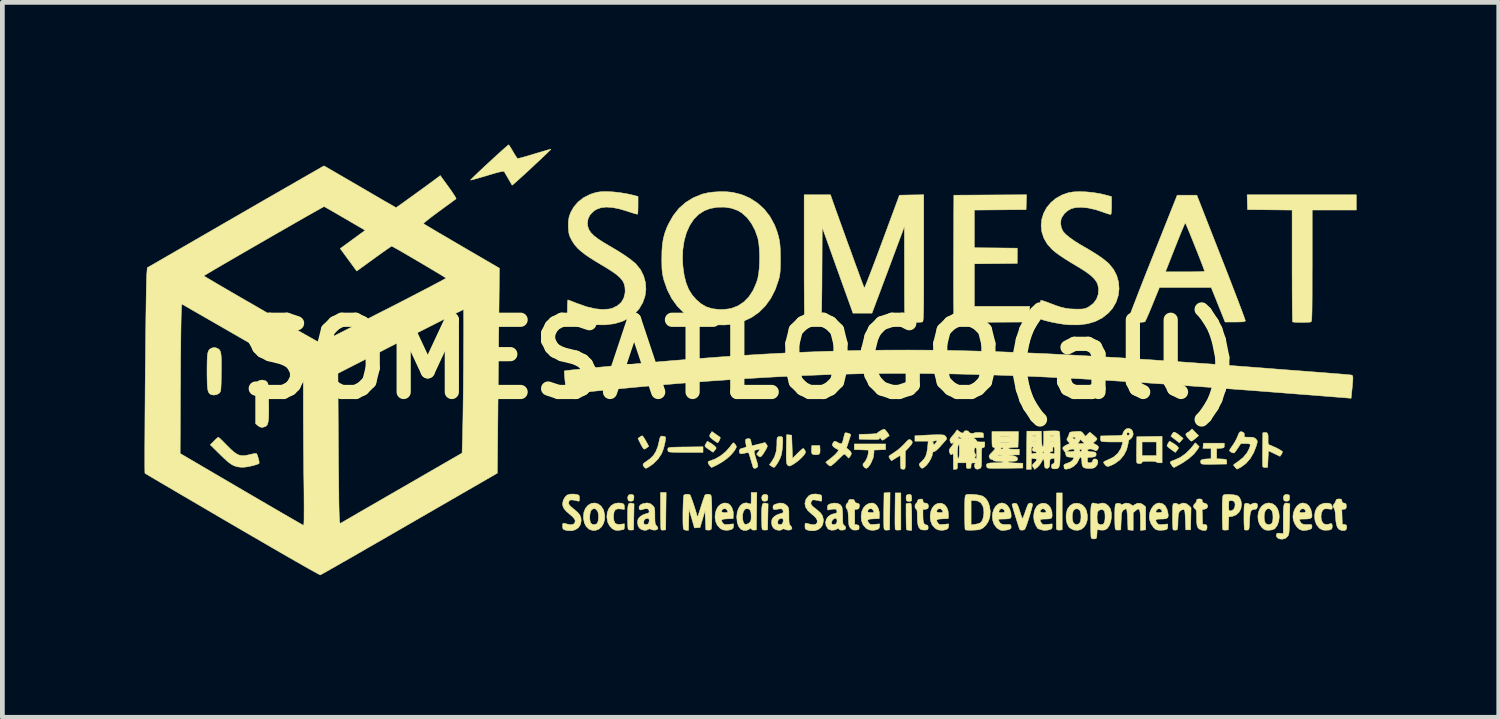
<source format=kicad_pcb>
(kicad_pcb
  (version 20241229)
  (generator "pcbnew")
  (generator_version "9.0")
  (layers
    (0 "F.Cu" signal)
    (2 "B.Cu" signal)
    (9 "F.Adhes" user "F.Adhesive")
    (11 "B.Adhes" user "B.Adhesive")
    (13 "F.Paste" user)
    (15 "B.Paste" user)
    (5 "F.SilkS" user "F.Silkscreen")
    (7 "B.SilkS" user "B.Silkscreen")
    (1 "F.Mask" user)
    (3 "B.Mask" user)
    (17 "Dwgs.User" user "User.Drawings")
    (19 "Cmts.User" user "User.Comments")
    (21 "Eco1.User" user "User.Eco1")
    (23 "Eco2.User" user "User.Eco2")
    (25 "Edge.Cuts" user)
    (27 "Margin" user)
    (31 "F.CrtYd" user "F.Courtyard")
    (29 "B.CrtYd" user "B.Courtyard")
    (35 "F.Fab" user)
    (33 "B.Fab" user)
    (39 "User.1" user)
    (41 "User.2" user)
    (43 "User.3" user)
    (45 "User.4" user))
  (footprint "SOMESATLOGO(all)"
    (layer "F.Cu")
    (at 12.579 4.531)
    (property "Reference" "SOMESATLOGO(all)" (at 0 0 0) (layer "F.SilkS") (effects (font (size 1.524 1.524) (thickness 0.3))))
    (attr through_hole)
    (fp_poly (pts (xy -2.294 2.852) (xy -2.265 2.864) (xy -2.254 2.886) (xy -2.255 2.926) (xy -2.262 2.968) (xy -2.279 2.987) (xy -2.313 2.994) (xy -2.358 2.99) (xy -2.377 2.971) (xy -2.387 2.915) (xy -2.372 2.872) (xy -2.337 2.85) (xy -2.294 2.852)) (stroke (width 0.01) (type solid)) (fill yes) (layer "F.SilkS"))
    (fp_poly (pts (xy 0.534 2.852) (xy 0.563 2.864) (xy 0.573 2.886) (xy 0.572 2.926) (xy 0.566 2.968) (xy 0.549 2.987) (xy 0.514 2.994) (xy 0.47 2.99) (xy 0.451 2.971) (xy 0.441 2.915) (xy 0.456 2.872) (xy 0.491 2.85) (xy 0.534 2.852)) (stroke (width 0.01) (type solid)) (fill yes) (layer "F.SilkS"))
    (fp_poly (pts (xy 1.673 1.903) (xy 1.672 1.963) (xy 1.657 1.998) (xy 1.622 2.012) (xy 1.583 2.015) (xy 1.539 2.01) (xy 1.51 2) (xy 1.495 1.972) (xy 1.493 1.912) (xy 1.493 1.903) (xy 1.499 1.82) (xy 1.668 1.82) (xy 1.673 1.903)) (stroke (width 0.01) (type solid)) (fill yes) (layer "F.SilkS"))
    (fp_poly (pts (xy 3.378 3.598) (xy 3.323 3.604) (xy 3.278 3.601) (xy 3.259 3.586) (xy 3.257 3.563) (xy 3.255 3.512) (xy 3.254 3.437) (xy 3.254 3.344) (xy 3.255 3.238) (xy 3.255 3.192) (xy 3.26 2.819) (xy 3.378 2.819) (xy 3.378 3.598)) (stroke (width 0.01) (type solid)) (fill yes) (layer "F.SilkS"))
    (fp_poly (pts (xy 6.782 3.598) (xy 6.727 3.604) (xy 6.682 3.601) (xy 6.663 3.586) (xy 6.66 3.563) (xy 6.659 3.512) (xy 6.658 3.437) (xy 6.658 3.344) (xy 6.658 3.238) (xy 6.659 3.192) (xy 6.663 2.819) (xy 6.782 2.819) (xy 6.782 3.598)) (stroke (width 0.01) (type solid)) (fill yes) (layer "F.SilkS"))
    (fp_poly (pts (xy 9.177 1.549) (xy 9.218 1.575) (xy 9.266 1.611) (xy 9.277 1.621) (xy 9.335 1.669) (xy 9.294 1.715) (xy 9.254 1.761) (xy 9.165 1.692) (xy 9.076 1.624) (xy 9.104 1.575) (xy 9.126 1.543) (xy 9.146 1.536) (xy 9.177 1.549)) (stroke (width 0.01) (type solid)) (fill yes) (layer "F.SilkS"))
    (fp_poly (pts (xy 11.541 2.852) (xy 11.569 2.864) (xy 11.58 2.886) (xy 11.579 2.926) (xy 11.573 2.968) (xy 11.556 2.987) (xy 11.521 2.994) (xy 11.477 2.99) (xy 11.458 2.971) (xy 11.448 2.915) (xy 11.462 2.872) (xy 11.498 2.85) (xy 11.541 2.852)) (stroke (width 0.01) (type solid)) (fill yes) (layer "F.SilkS"))
    (fp_poly (pts (xy -1.579 3.205) (xy -1.583 3.598) (xy -1.626 3.603) (xy -1.663 3.603) (xy -1.681 3.596) (xy -1.685 3.577) (xy -1.688 3.528) (xy -1.69 3.455) (xy -1.692 3.364) (xy -1.693 3.258) (xy -1.693 3.198) (xy -1.693 2.811) (xy -1.574 2.811) (xy -1.579 3.205)) (stroke (width 0.01) (type solid)) (fill yes) (layer "F.SilkS"))
    (fp_poly (pts (xy 3.141 3.598) (xy 3.087 3.604) (xy 3.047 3.603) (xy 3.028 3.586) (xy 3.023 3.57) (xy 3.02 3.541) (xy 3.018 3.485) (xy 3.017 3.406) (xy 3.017 3.311) (xy 3.017 3.204) (xy 3.018 3.175) (xy 3.023 2.819) (xy 3.086 2.814) (xy 3.15 2.809) (xy 3.141 3.598)) (stroke (width 0.01) (type solid)) (fill yes) (layer "F.SilkS"))
    (fp_poly (pts (xy -2.06 1.631) (xy -2.034 1.669) (xy -2.003 1.722) (xy -2 1.727) (xy -1.941 1.834) (xy -1.98 1.865) (xy -2.014 1.888) (xy -2.038 1.896) (xy -2.054 1.882) (xy -2.08 1.844) (xy -2.109 1.791) (xy -2.113 1.783) (xy -2.169 1.67) (xy -2.13 1.64) (xy -2.097 1.619) (xy -2.075 1.614) (xy -2.06 1.631)) (stroke (width 0.01) (type solid)) (fill yes) (layer "F.SilkS"))
    (fp_poly (pts (xy -0.64 1.765) (xy -0.591 1.797) (xy -0.55 1.83) (xy -0.543 1.837) (xy -0.521 1.862) (xy -0.52 1.881) (xy -0.54 1.909) (xy -0.547 1.917) (xy -0.584 1.962) (xy -0.665 1.906) (xy -0.718 1.87) (xy -0.747 1.846) (xy -0.756 1.827) (xy -0.751 1.807) (xy -0.735 1.78) (xy -0.705 1.729) (xy -0.64 1.765)) (stroke (width 0.01) (type solid)) (fill yes) (layer "F.SilkS"))
    (fp_poly (pts (xy 3.597 2.867) (xy 3.606 2.913) (xy 3.607 2.93) (xy 3.605 2.974) (xy 3.593 2.993) (xy 3.566 2.997) (xy 3.559 2.997) (xy 3.52 2.994) (xy 3.5 2.986) (xy 3.492 2.963) (xy 3.488 2.922) (xy 3.488 2.918) (xy 3.493 2.877) (xy 3.514 2.857) (xy 3.53 2.852) (xy 3.573 2.848) (xy 3.597 2.867)) (stroke (width 0.01) (type solid)) (fill yes) (layer "F.SilkS"))
    (fp_poly (pts (xy 9.112 1.764) (xy 9.162 1.796) (xy 9.203 1.829) (xy 9.211 1.837) (xy 9.232 1.862) (xy 9.234 1.881) (xy 9.215 1.909) (xy 9.207 1.919) (xy 9.169 1.965) (xy 9.085 1.905) (xy 9.039 1.87) (xy 9.006 1.842) (xy 8.995 1.829) (xy 8.999 1.806) (xy 9.018 1.771) (xy 9.046 1.727) (xy 9.112 1.764)) (stroke (width 0.01) (type solid)) (fill yes) (layer "F.SilkS"))
    (fp_poly (pts (xy 0.517 3.034) (xy 0.534 3.038) (xy 0.577 3.049) (xy 0.567 3.598) (xy 0.514 3.603) (xy 0.47 3.6) (xy 0.451 3.581) (xy 0.447 3.555) (xy 0.444 3.501) (xy 0.442 3.428) (xy 0.44 3.342) (xy 0.44 3.311) (xy 0.441 3.204) (xy 0.445 3.128) (xy 0.453 3.076) (xy 0.467 3.046) (xy 0.487 3.034) (xy 0.517 3.034)) (stroke (width 0.01) (type solid)) (fill yes) (layer "F.SilkS"))
    (fp_poly (pts (xy 9.66 1.611) (xy 9.593 1.669) (xy 9.551 1.702) (xy 9.519 1.723) (xy 9.508 1.727) (xy 9.488 1.715) (xy 9.457 1.684) (xy 9.435 1.658) (xy 9.402 1.616) (xy 9.39 1.588) (xy 9.397 1.568) (xy 9.399 1.566) (xy 9.423 1.545) (xy 9.434 1.541) (xy 9.455 1.53) (xy 9.485 1.505) (xy 9.521 1.469) (xy 9.66 1.611)) (stroke (width 0.01) (type solid)) (fill yes) (layer "F.SilkS"))
    (fp_poly (pts (xy -2.311 3.034) (xy -2.294 3.038) (xy -2.251 3.049) (xy -2.256 3.324) (xy -2.261 3.598) (xy -2.313 3.603) (xy -2.358 3.6) (xy -2.377 3.581) (xy -2.381 3.555) (xy -2.384 3.501) (xy -2.386 3.428) (xy -2.388 3.342) (xy -2.388 3.311) (xy -2.387 3.204) (xy -2.383 3.128) (xy -2.375 3.076) (xy -2.361 3.046) (xy -2.34 3.034) (xy -2.311 3.034)) (stroke (width 0.01) (type solid)) (fill yes) (layer "F.SilkS"))
    (fp_poly (pts (xy -0.529 1.579) (xy -0.483 1.611) (xy -0.448 1.636) (xy -0.435 1.645) (xy -0.433 1.663) (xy -0.445 1.697) (xy -0.464 1.732) (xy -0.482 1.757) (xy -0.49 1.761) (xy -0.508 1.751) (xy -0.544 1.726) (xy -0.58 1.7) (xy -0.63 1.659) (xy -0.654 1.629) (xy -0.655 1.6) (xy -0.637 1.566) (xy -0.634 1.562) (xy -0.608 1.524) (xy -0.529 1.579)) (stroke (width 0.01) (type solid)) (fill yes) (layer "F.SilkS"))
    (fp_poly (pts (xy 3.589 3.039) (xy 3.596 3.061) (xy 3.602 3.114) (xy 3.605 3.197) (xy 3.607 3.307) (xy 3.607 3.328) (xy 3.607 3.607) (xy 3.559 3.607) (xy 3.52 3.603) (xy 3.5 3.596) (xy 3.496 3.576) (xy 3.492 3.528) (xy 3.49 3.458) (xy 3.489 3.373) (xy 3.488 3.316) (xy 3.488 3.049) (xy 3.53 3.038) (xy 3.568 3.034) (xy 3.589 3.039)) (stroke (width 0.01) (type solid)) (fill yes) (layer "F.SilkS"))
    (fp_poly (pts (xy -0.796 1.964) (xy -1.16 1.964) (xy -1.284 1.964) (xy -1.377 1.963) (xy -1.445 1.96) (xy -1.49 1.957) (xy -1.518 1.951) (xy -1.532 1.944) (xy -1.534 1.94) (xy -1.54 1.902) (xy -1.538 1.885) (xy -1.534 1.875) (xy -1.523 1.867) (xy -1.501 1.861) (xy -1.464 1.857) (xy -1.407 1.854) (xy -1.327 1.852) (xy -1.218 1.85) (xy -1.164 1.85) (xy -0.796 1.845) (xy -0.796 1.964)) (stroke (width 0.01) (type solid)) (fill yes) (layer "F.SilkS"))
    (fp_poly (pts (xy 9.674 1.843) (xy 9.638 1.9) (xy 9.564 1.995) (xy 9.46 2.089) (xy 9.33 2.18) (xy 9.177 2.265) (xy 9.142 2.282) (xy 9.126 2.274) (xy 9.1 2.245) (xy 9.095 2.238) (xy 9.071 2.2) (xy 9.06 2.173) (xy 9.059 2.171) (xy 9.074 2.157) (xy 9.112 2.138) (xy 9.148 2.126) (xy 9.27 2.071) (xy 9.387 1.989) (xy 9.492 1.885) (xy 9.507 1.867) (xy 9.591 1.761) (xy 9.674 1.843)) (stroke (width 0.01) (type solid)) (fill yes) (layer "F.SilkS"))
    (fp_poly (pts (xy 3.056 1.905) (xy 2.934 1.91) (xy 2.811 1.915) (xy 2.811 1.969) (xy 2.795 2.078) (xy 2.746 2.191) (xy 2.727 2.223) (xy 2.689 2.276) (xy 2.657 2.299) (xy 2.627 2.294) (xy 2.602 2.272) (xy 2.577 2.234) (xy 2.582 2.203) (xy 2.602 2.182) (xy 2.634 2.142) (xy 2.664 2.082) (xy 2.685 2.017) (xy 2.692 1.969) (xy 2.692 1.915) (xy 2.544 1.91) (xy 2.396 1.905) (xy 2.396 1.786) (xy 3.056 1.786) (xy 3.056 1.905)) (stroke (width 0.01) (type solid)) (fill yes) (layer "F.SilkS"))
    (fp_poly (pts (xy 11.528 3.035) (xy 11.541 3.038) (xy 11.586 3.049) (xy 11.58 3.367) (xy 11.577 3.483) (xy 11.574 3.57) (xy 11.57 3.633) (xy 11.564 3.678) (xy 11.556 3.708) (xy 11.545 3.728) (xy 11.496 3.775) (xy 11.43 3.795) (xy 11.368 3.79) (xy 11.32 3.765) (xy 11.299 3.725) (xy 11.304 3.687) (xy 11.32 3.67) (xy 11.357 3.668) (xy 11.38 3.67) (xy 11.447 3.679) (xy 11.447 3.374) (xy 11.447 3.255) (xy 11.45 3.166) (xy 11.455 3.103) (xy 11.465 3.063) (xy 11.479 3.041) (xy 11.5 3.033) (xy 11.528 3.035)) (stroke (width 0.01) (type solid)) (fill yes) (layer "F.SilkS"))
    (fp_poly (pts (xy 1.021 1.595) (xy 1.075 1.6) (xy 1.092 2.091) (xy 1.197 1.985) (xy 1.245 1.938) (xy 1.286 1.902) (xy 1.312 1.882) (xy 1.317 1.88) (xy 1.335 1.893) (xy 1.354 1.921) (xy 1.366 1.951) (xy 1.362 1.977) (xy 1.338 2.014) (xy 1.332 2.022) (xy 1.285 2.074) (xy 1.226 2.128) (xy 1.161 2.179) (xy 1.099 2.22) (xy 1.047 2.246) (xy 1.019 2.252) (xy 0.998 2.24) (xy 0.981 2.223) (xy 0.972 2.205) (xy 0.966 2.173) (xy 0.962 2.124) (xy 0.96 2.052) (xy 0.961 1.953) (xy 0.962 1.891) (xy 0.967 1.59) (xy 1.021 1.595)) (stroke (width 0.01) (type solid)) (fill yes) (layer "F.SilkS"))
    (fp_poly (pts (xy 0.861 1.633) (xy 0.875 1.641) (xy 0.884 1.659) (xy 0.887 1.693) (xy 0.886 1.75) (xy 0.884 1.791) (xy 0.878 1.872) (xy 0.868 1.953) (xy 0.855 2.018) (xy 0.852 2.028) (xy 0.832 2.083) (xy 0.802 2.145) (xy 0.768 2.203) (xy 0.735 2.25) (xy 0.709 2.278) (xy 0.703 2.28) (xy 0.678 2.274) (xy 0.645 2.254) (xy 0.604 2.223) (xy 0.651 2.162) (xy 0.711 2.061) (xy 0.748 1.946) (xy 0.762 1.812) (xy 0.762 1.787) (xy 0.763 1.717) (xy 0.766 1.673) (xy 0.774 1.649) (xy 0.787 1.637) (xy 0.796 1.634) (xy 0.839 1.63) (xy 0.861 1.633)) (stroke (width 0.01) (type solid)) (fill yes) (layer "F.SilkS"))
    (fp_poly (pts (xy -1.651 1.621) (xy -1.611 1.628) (xy -1.59 1.638) (xy -1.585 1.662) (xy -1.59 1.71) (xy -1.602 1.774) (xy -1.619 1.844) (xy -1.64 1.913) (xy -1.663 1.972) (xy -1.67 1.99) (xy -1.744 2.102) (xy -1.844 2.202) (xy -1.915 2.253) (xy -1.964 2.284) (xy -1.992 2.298) (xy -2.011 2.297) (xy -2.028 2.283) (xy -2.038 2.272) (xy -2.062 2.235) (xy -2.057 2.204) (xy -2.019 2.173) (xy -2.019 2.173) (xy -1.918 2.102) (xy -1.843 2.029) (xy -1.79 1.945) (xy -1.75 1.843) (xy -1.729 1.759) (xy -1.714 1.69) (xy -1.702 1.649) (xy -1.689 1.628) (xy -1.673 1.62) (xy -1.651 1.621)) (stroke (width 0.01) (type solid)) (fill yes) (layer "F.SilkS"))
    (fp_poly (pts (xy -0.135 1.774) (xy -0.111 1.804) (xy -0.111 1.805) (xy -0.096 1.83) (xy -0.093 1.852) (xy -0.104 1.88) (xy -0.132 1.924) (xy -0.141 1.938) (xy -0.203 2.013) (xy -0.288 2.091) (xy -0.387 2.163) (xy -0.49 2.223) (xy -0.508 2.232) (xy -0.559 2.256) (xy -0.597 2.274) (xy -0.612 2.282) (xy -0.628 2.273) (xy -0.653 2.245) (xy -0.659 2.238) (xy -0.687 2.193) (xy -0.69 2.165) (xy -0.669 2.149) (xy -0.648 2.143) (xy -0.534 2.1) (xy -0.419 2.032) (xy -0.314 1.946) (xy -0.228 1.848) (xy -0.219 1.835) (xy -0.188 1.794) (xy -0.163 1.767) (xy -0.154 1.761) (xy -0.135 1.774)) (stroke (width 0.01) (type solid)) (fill yes) (layer "F.SilkS"))
    (fp_poly (pts (xy 10.202 1.82) (xy 10.2 1.851) (xy 10.187 1.867) (xy 10.155 1.874) (xy 10.122 1.876) (xy 10.041 1.881) (xy 10.041 2.098) (xy 10.147 2.103) (xy 10.205 2.107) (xy 10.237 2.113) (xy 10.25 2.125) (xy 10.253 2.149) (xy 10.253 2.159) (xy 10.253 2.21) (xy 9.986 2.214) (xy 9.883 2.216) (xy 9.809 2.215) (xy 9.759 2.213) (xy 9.729 2.208) (xy 9.713 2.2) (xy 9.709 2.194) (xy 9.7 2.152) (xy 9.714 2.125) (xy 9.754 2.11) (xy 9.817 2.103) (xy 9.923 2.098) (xy 9.923 1.88) (xy 9.751 1.88) (xy 9.757 1.825) (xy 9.762 1.77) (xy 10.202 1.77) (xy 10.202 1.82)) (stroke (width 0.01) (type solid)) (fill yes) (layer "F.SilkS"))
    (fp_poly (pts (xy 11.092 1.545) (xy 11.115 1.564) (xy 11.126 1.607) (xy 11.127 1.678) (xy 11.127 1.684) (xy 11.126 1.746) (xy 11.13 1.781) (xy 11.142 1.8) (xy 11.154 1.806) (xy 11.216 1.831) (xy 11.282 1.86) (xy 11.344 1.891) (xy 11.393 1.92) (xy 11.424 1.942) (xy 11.43 1.951) (xy 11.421 1.981) (xy 11.404 2.01) (xy 11.378 2.047) (xy 11.256 1.989) (xy 11.134 1.93) (xy 11.125 2.104) (xy 11.117 2.278) (xy 11.07 2.283) (xy 11.031 2.279) (xy 11.015 2.266) (xy 11.012 2.242) (xy 11.011 2.191) (xy 11.01 2.116) (xy 11.009 2.024) (xy 11.01 1.92) (xy 11.011 1.896) (xy 11.015 1.549) (xy 11.055 1.544) (xy 11.092 1.545)) (stroke (width 0.01) (type solid)) (fill yes) (layer "F.SilkS"))
    (fp_poly (pts (xy -10.028 0.453) (xy -10.001 0.473) (xy -9.99 0.486) (xy -9.981 0.502) (xy -9.974 0.526) (xy -9.969 0.563) (xy -9.966 0.615) (xy -9.963 0.689) (xy -9.961 0.789) (xy -9.96 0.894) (xy -9.958 1.038) (xy -9.959 1.152) (xy -9.962 1.241) (xy -9.969 1.306) (xy -9.979 1.353) (xy -9.993 1.386) (xy -10.012 1.407) (xy -10.034 1.42) (xy -10.095 1.438) (xy -10.147 1.427) (xy -10.189 1.398) (xy -10.236 1.358) (xy -10.236 0.933) (xy -10.236 0.802) (xy -10.236 0.701) (xy -10.234 0.625) (xy -10.232 0.57) (xy -10.228 0.532) (xy -10.222 0.507) (xy -10.215 0.49) (xy -10.205 0.477) (xy -10.2 0.473) (xy -10.149 0.443) (xy -10.087 0.437) (xy -10.028 0.453)) (stroke (width 0.01) (type solid)) (fill yes) (layer "F.SilkS"))
    (fp_poly (pts (xy 8.89 2.184) (xy 8.831 2.184) (xy 8.792 2.18) (xy 8.772 2.17) (xy 8.771 2.167) (xy 8.755 2.159) (xy 8.711 2.154) (xy 8.644 2.151) (xy 8.619 2.151) (xy 8.545 2.152) (xy 8.498 2.155) (xy 8.474 2.162) (xy 8.467 2.174) (xy 8.467 2.176) (xy 8.453 2.194) (xy 8.421 2.201) (xy 8.385 2.199) (xy 8.359 2.185) (xy 8.356 2.179) (xy 8.353 2.156) (xy 8.351 2.104) (xy 8.351 2.032) (xy 8.351 1.945) (xy 8.352 1.896) (xy 8.355 1.744) (xy 8.467 1.744) (xy 8.467 2.032) (xy 8.771 2.032) (xy 8.771 1.744) (xy 8.467 1.744) (xy 8.355 1.744) (xy 8.357 1.634) (xy 8.623 1.629) (xy 8.89 1.625) (xy 8.89 2.184)) (stroke (width 0.01) (type solid)) (fill yes) (layer "F.SilkS"))
    (fp_poly (pts (xy 3.044 1.485) (xy 3.07 1.514) (xy 3.098 1.551) (xy 3.121 1.586) (xy 3.132 1.61) (xy 3.131 1.614) (xy 3.114 1.626) (xy 3.08 1.651) (xy 3.062 1.664) (xy 3.019 1.695) (xy 2.994 1.707) (xy 2.977 1.7) (xy 2.958 1.676) (xy 2.956 1.673) (xy 2.937 1.649) (xy 2.93 1.653) (xy 2.929 1.665) (xy 2.927 1.677) (xy 2.915 1.685) (xy 2.888 1.69) (xy 2.842 1.691) (xy 2.77 1.691) (xy 2.714 1.69) (xy 2.498 1.685) (xy 2.498 1.583) (xy 2.688 1.578) (xy 2.764 1.575) (xy 2.825 1.571) (xy 2.866 1.566) (xy 2.879 1.56) (xy 2.892 1.545) (xy 2.925 1.522) (xy 2.966 1.498) (xy 3.004 1.48) (xy 3.027 1.473) (xy 3.044 1.485)) (stroke (width 0.01) (type solid)) (fill yes) (layer "F.SilkS"))
    (fp_poly (pts (xy 6.02 -3.158) (xy 4.928 -3.149) (xy 4.928 -2.354) (xy 5.381 -2.35) (xy 5.834 -2.345) (xy 5.834 -2.024) (xy 5.381 -2.019) (xy 4.928 -2.015) (xy 4.928 -1.118) (xy 6.097 -1.118) (xy 6.092 -0.953) (xy 6.088 -0.787) (xy 5.307 -0.783) (xy 5.119 -0.782) (xy 4.962 -0.782) (xy 4.833 -0.782) (xy 4.731 -0.783) (xy 4.651 -0.784) (xy 4.592 -0.787) (xy 4.551 -0.79) (xy 4.524 -0.794) (xy 4.51 -0.799) (xy 4.506 -0.802) (xy 4.503 -0.816) (xy 4.499 -0.852) (xy 4.497 -0.909) (xy 4.494 -0.989) (xy 4.493 -1.095) (xy 4.491 -1.226) (xy 4.491 -1.386) (xy 4.49 -1.574) (xy 4.491 -1.793) (xy 4.491 -2.043) (xy 4.491 -2.144) (xy 4.496 -3.463) (xy 6.03 -3.472) (xy 6.02 -3.158)) (stroke (width 0.01) (type solid)) (fill yes) (layer "F.SilkS"))
    (fp_poly (pts (xy -2.522 3.035) (xy -2.48 3.047) (xy -2.46 3.072) (xy -2.455 3.11) (xy -2.455 3.168) (xy -2.536 3.157) (xy -2.602 3.156) (xy -2.647 3.176) (xy -2.673 3.221) (xy -2.683 3.293) (xy -2.684 3.319) (xy -2.677 3.399) (xy -2.656 3.451) (xy -2.617 3.478) (xy -2.557 3.483) (xy -2.536 3.481) (xy -2.455 3.47) (xy -2.455 3.53) (xy -2.459 3.57) (xy -2.466 3.59) (xy -2.468 3.59) (xy -2.492 3.594) (xy -2.533 3.603) (xy -2.54 3.604) (xy -2.598 3.61) (xy -2.653 3.604) (xy -2.653 3.604) (xy -2.712 3.573) (xy -2.765 3.517) (xy -2.803 3.446) (xy -2.81 3.424) (xy -2.825 3.325) (xy -2.816 3.232) (xy -2.784 3.151) (xy -2.734 3.087) (xy -2.668 3.046) (xy -2.591 3.031) (xy -2.522 3.035)) (stroke (width 0.01) (type solid)) (fill yes) (layer "F.SilkS"))
    (fp_poly (pts (xy 12.664 2.95) (xy 12.68 2.964) (xy 12.683 2.988) (xy 12.691 3.019) (xy 12.72 3.033) (xy 12.73 3.034) (xy 12.761 3.042) (xy 12.774 3.064) (xy 12.776 3.099) (xy 12.773 3.139) (xy 12.757 3.158) (xy 12.729 3.163) (xy 12.682 3.169) (xy 12.692 3.48) (xy 12.738 3.485) (xy 12.77 3.494) (xy 12.783 3.516) (xy 12.785 3.547) (xy 12.774 3.592) (xy 12.741 3.613) (xy 12.684 3.611) (xy 12.668 3.607) (xy 12.623 3.588) (xy 12.591 3.551) (xy 12.57 3.493) (xy 12.556 3.408) (xy 12.551 3.337) (xy 12.544 3.242) (xy 12.534 3.179) (xy 12.521 3.149) (xy 12.52 3.148) (xy 12.499 3.111) (xy 12.504 3.07) (xy 12.521 3.049) (xy 12.543 3.018) (xy 12.555 2.988) (xy 12.568 2.959) (xy 12.597 2.948) (xy 12.624 2.946) (xy 12.664 2.95)) (stroke (width 0.01) (type solid)) (fill yes) (layer "F.SilkS"))
    (fp_poly (pts (xy 12.988 -3.15) (xy 12.057 -3.15) (xy 12.057 -1.975) (xy 12.056 -1.745) (xy 12.056 -1.547) (xy 12.056 -1.378) (xy 12.055 -1.237) (xy 12.054 -1.119) (xy 12.053 -1.025) (xy 12.051 -0.95) (xy 12.049 -0.892) (xy 12.046 -0.85) (xy 12.043 -0.821) (xy 12.039 -0.803) (xy 12.034 -0.793) (xy 12.03 -0.789) (xy 12.001 -0.784) (xy 11.949 -0.781) (xy 11.884 -0.779) (xy 11.812 -0.779) (xy 11.744 -0.781) (xy 11.688 -0.783) (xy 11.652 -0.787) (xy 11.644 -0.79) (xy 11.643 -0.809) (xy 11.641 -0.858) (xy 11.639 -0.936) (xy 11.638 -1.039) (xy 11.636 -1.166) (xy 11.635 -1.312) (xy 11.634 -1.476) (xy 11.634 -1.654) (xy 11.633 -1.844) (xy 11.633 -1.975) (xy 11.633 -3.149) (xy 11.163 -3.154) (xy 10.693 -3.158) (xy 10.684 -3.471) (xy 12.988 -3.471) (xy 12.988 -3.15)) (stroke (width 0.01) (type solid)) (fill yes) (layer "F.SilkS"))
    (fp_poly (pts (xy -11.068 -0.241) (xy -11.057 -0.237) (xy -11.026 -0.222) (xy -11.002 -0.204) (xy -10.985 -0.177) (xy -10.972 -0.139) (xy -10.964 -0.085) (xy -10.959 -0.012) (xy -10.958 0.086) (xy -10.958 0.212) (xy -10.959 0.28) (xy -10.961 0.406) (xy -10.963 0.503) (xy -10.966 0.575) (xy -10.969 0.627) (xy -10.974 0.662) (xy -10.981 0.685) (xy -10.99 0.7) (xy -10.998 0.71) (xy -11.051 0.743) (xy -11.116 0.755) (xy -11.171 0.746) (xy -11.198 0.731) (xy -11.219 0.71) (xy -11.235 0.679) (xy -11.246 0.634) (xy -11.254 0.57) (xy -11.258 0.484) (xy -11.26 0.372) (xy -11.261 0.254) (xy -11.26 0.118) (xy -11.258 0.012) (xy -11.254 -0.069) (xy -11.246 -0.128) (xy -11.234 -0.17) (xy -11.217 -0.199) (xy -11.194 -0.219) (xy -11.165 -0.235) (xy -11.16 -0.237) (xy -11.113 -0.25) (xy -11.068 -0.241)) (stroke (width 0.01) (type solid)) (fill yes) (layer "F.SilkS"))
    (fp_poly (pts (xy 10.894 3.048) (xy 10.899 3.057) (xy 10.903 3.092) (xy 10.898 3.124) (xy 10.881 3.156) (xy 10.846 3.166) (xy 10.839 3.167) (xy 10.802 3.171) (xy 10.776 3.188) (xy 10.758 3.221) (xy 10.746 3.277) (xy 10.738 3.359) (xy 10.736 3.41) (xy 10.732 3.492) (xy 10.728 3.546) (xy 10.722 3.578) (xy 10.713 3.595) (xy 10.698 3.601) (xy 10.684 3.603) (xy 10.647 3.603) (xy 10.629 3.596) (xy 10.625 3.576) (xy 10.622 3.528) (xy 10.619 3.458) (xy 10.617 3.373) (xy 10.617 3.318) (xy 10.618 3.216) (xy 10.619 3.143) (xy 10.622 3.094) (xy 10.628 3.064) (xy 10.636 3.047) (xy 10.645 3.041) (xy 10.681 3.037) (xy 10.716 3.045) (xy 10.735 3.063) (xy 10.736 3.067) (xy 10.747 3.071) (xy 10.773 3.057) (xy 10.819 3.036) (xy 10.863 3.033) (xy 10.894 3.048)) (stroke (width 0.01) (type solid)) (fill yes) (layer "F.SilkS"))
    (fp_poly (pts (xy 12.452 3.053) (xy 12.477 3.091) (xy 12.48 3.118) (xy 12.478 3.151) (xy 12.466 3.163) (xy 12.434 3.162) (xy 12.413 3.158) (xy 12.361 3.153) (xy 12.32 3.156) (xy 12.314 3.157) (xy 12.278 3.185) (xy 12.253 3.239) (xy 12.243 3.31) (xy 12.243 3.319) (xy 12.253 3.399) (xy 12.283 3.455) (xy 12.329 3.484) (xy 12.389 3.483) (xy 12.414 3.476) (xy 12.453 3.465) (xy 12.473 3.475) (xy 12.48 3.512) (xy 12.48 3.531) (xy 12.474 3.568) (xy 12.454 3.591) (xy 12.412 3.603) (xy 12.344 3.606) (xy 12.332 3.607) (xy 12.275 3.6) (xy 12.226 3.575) (xy 12.201 3.555) (xy 12.147 3.487) (xy 12.116 3.401) (xy 12.107 3.306) (xy 12.12 3.207) (xy 12.158 3.128) (xy 12.218 3.071) (xy 12.298 3.039) (xy 12.324 3.035) (xy 12.402 3.035) (xy 12.452 3.053)) (stroke (width 0.01) (type solid)) (fill yes) (layer "F.SilkS"))
    (fp_poly (pts (xy -11.007 1.654) (xy -10.973 1.685) (xy -10.925 1.731) (xy -10.87 1.788) (xy -10.869 1.789) (xy -10.778 1.88) (xy -10.704 1.948) (xy -10.64 1.994) (xy -10.581 2.022) (xy -10.522 2.033) (xy -10.456 2.03) (xy -10.379 2.015) (xy -10.342 2.006) (xy -10.286 1.993) (xy -10.241 1.986) (xy -10.22 1.987) (xy -10.207 2.006) (xy -10.191 2.047) (xy -10.176 2.099) (xy -10.164 2.151) (xy -10.16 2.191) (xy -10.176 2.205) (xy -10.217 2.221) (xy -10.277 2.239) (xy -10.349 2.256) (xy -10.425 2.27) (xy -10.482 2.277) (xy -10.548 2.277) (xy -10.619 2.268) (xy -10.635 2.264) (xy -10.684 2.248) (xy -10.73 2.226) (xy -10.778 2.194) (xy -10.834 2.15) (xy -10.901 2.089) (xy -10.986 2.008) (xy -11.011 1.983) (xy -11.193 1.804) (xy -11.113 1.723) (xy -11.071 1.682) (xy -11.038 1.653) (xy -11.022 1.643) (xy -11.007 1.654)) (stroke (width 0.01) (type solid)) (fill yes) (layer "F.SilkS"))
    (fp_poly (pts (xy 2.379 2.959) (xy 2.397 2.976) (xy 2.401 2.991) (xy 2.42 3.023) (xy 2.457 3.037) (xy 2.492 3.048) (xy 2.504 3.07) (xy 2.503 3.103) (xy 2.494 3.142) (xy 2.472 3.16) (xy 2.451 3.163) (xy 2.405 3.169) (xy 2.405 3.486) (xy 2.451 3.491) (xy 2.485 3.501) (xy 2.497 3.526) (xy 2.498 3.548) (xy 2.495 3.58) (xy 2.479 3.596) (xy 2.442 3.602) (xy 2.429 3.603) (xy 2.377 3.602) (xy 2.34 3.584) (xy 2.319 3.564) (xy 2.3 3.54) (xy 2.287 3.514) (xy 2.279 3.476) (xy 2.275 3.419) (xy 2.272 3.347) (xy 2.267 3.26) (xy 2.26 3.203) (xy 2.25 3.171) (xy 2.242 3.161) (xy 2.224 3.136) (xy 2.219 3.097) (xy 2.226 3.06) (xy 2.242 3.042) (xy 2.264 3.02) (xy 2.272 2.994) (xy 2.282 2.967) (xy 2.308 2.956) (xy 2.337 2.955) (xy 2.379 2.959)) (stroke (width 0.01) (type solid)) (fill yes) (layer "F.SilkS"))
    (fp_poly (pts (xy 9.718 2.95) (xy 9.734 2.964) (xy 9.737 2.988) (xy 9.745 3.02) (xy 9.776 3.033) (xy 9.782 3.034) (xy 9.828 3.051) (xy 9.851 3.083) (xy 9.849 3.119) (xy 9.824 3.149) (xy 9.781 3.163) (xy 9.735 3.169) (xy 9.745 3.48) (xy 9.792 3.485) (xy 9.824 3.494) (xy 9.837 3.516) (xy 9.838 3.547) (xy 9.833 3.587) (xy 9.814 3.606) (xy 9.797 3.611) (xy 9.752 3.61) (xy 9.706 3.597) (xy 9.669 3.577) (xy 9.644 3.548) (xy 9.628 3.506) (xy 9.62 3.442) (xy 9.618 3.352) (xy 9.618 3.341) (xy 9.617 3.263) (xy 9.614 3.212) (xy 9.608 3.181) (xy 9.597 3.163) (xy 9.584 3.154) (xy 9.557 3.124) (xy 9.55 3.099) (xy 9.564 3.064) (xy 9.584 3.044) (xy 9.611 3.012) (xy 9.618 2.985) (xy 9.623 2.959) (xy 9.646 2.948) (xy 9.677 2.946) (xy 9.718 2.95)) (stroke (width 0.01) (type solid)) (fill yes) (layer "F.SilkS"))
    (fp_poly (pts (xy -3.009 3.051) (xy -2.948 3.097) (xy -2.901 3.167) (xy -2.891 3.192) (xy -2.87 3.29) (xy -2.872 3.383) (xy -2.896 3.466) (xy -2.938 3.535) (xy -2.996 3.585) (xy -3.067 3.61) (xy -3.131 3.61) (xy -3.204 3.583) (xy -3.261 3.528) (xy -3.3 3.451) (xy -3.318 3.356) (xy -3.319 3.328) (xy -3.317 3.306) (xy -3.186 3.306) (xy -3.185 3.375) (xy -3.175 3.434) (xy -3.167 3.453) (xy -3.136 3.48) (xy -3.091 3.488) (xy -3.047 3.476) (xy -3.03 3.462) (xy -3.011 3.419) (xy -3.001 3.357) (xy -3.001 3.289) (xy -3.012 3.228) (xy -3.021 3.203) (xy -3.057 3.161) (xy -3.098 3.149) (xy -3.14 3.169) (xy -3.16 3.192) (xy -3.177 3.24) (xy -3.186 3.306) (xy -3.317 3.306) (xy -3.309 3.225) (xy -3.277 3.144) (xy -3.22 3.078) (xy -3.218 3.077) (xy -3.15 3.039) (xy -3.079 3.031) (xy -3.009 3.051)) (stroke (width 0.01) (type solid)) (fill yes) (layer "F.SilkS"))
    (fp_poly (pts (xy 3.571 1.693) (xy 3.587 1.703) (xy 3.614 1.729) (xy 3.62 1.757) (xy 3.603 1.793) (xy 3.562 1.843) (xy 3.548 1.858) (xy 3.472 1.939) (xy 3.472 2.129) (xy 3.471 2.212) (xy 3.47 2.266) (xy 3.466 2.298) (xy 3.458 2.314) (xy 3.445 2.319) (xy 3.432 2.32) (xy 3.396 2.315) (xy 3.381 2.309) (xy 3.376 2.287) (xy 3.372 2.241) (xy 3.37 2.18) (xy 3.37 2.165) (xy 3.369 2.102) (xy 3.367 2.056) (xy 3.363 2.033) (xy 3.362 2.032) (xy 3.345 2.04) (xy 3.308 2.062) (xy 3.268 2.086) (xy 3.18 2.141) (xy 3.149 2.099) (xy 3.13 2.066) (xy 3.127 2.045) (xy 3.127 2.045) (xy 3.144 2.029) (xy 3.183 2.002) (xy 3.235 1.968) (xy 3.244 1.962) (xy 3.31 1.915) (xy 3.383 1.853) (xy 3.447 1.791) (xy 3.451 1.786) (xy 3.499 1.734) (xy 3.531 1.704) (xy 3.553 1.692) (xy 3.571 1.693)) (stroke (width 0.01) (type solid)) (fill yes) (layer "F.SilkS"))
    (fp_poly (pts (xy 7.153 3.046) (xy 7.218 3.082) (xy 7.269 3.14) (xy 7.296 3.199) (xy 7.315 3.301) (xy 7.31 3.395) (xy 7.284 3.477) (xy 7.241 3.543) (xy 7.183 3.588) (xy 7.112 3.609) (xy 7.033 3.602) (xy 7.018 3.597) (xy 6.968 3.573) (xy 6.927 3.542) (xy 6.922 3.536) (xy 6.884 3.462) (xy 6.865 3.371) (xy 6.865 3.321) (xy 6.994 3.321) (xy 6.999 3.388) (xy 7.014 3.44) (xy 7.02 3.451) (xy 7.055 3.48) (xy 7.087 3.488) (xy 7.127 3.475) (xy 7.153 3.451) (xy 7.172 3.404) (xy 7.179 3.338) (xy 7.177 3.269) (xy 7.164 3.21) (xy 7.153 3.186) (xy 7.115 3.157) (xy 7.07 3.154) (xy 7.03 3.179) (xy 7.015 3.2) (xy 7 3.254) (xy 6.994 3.321) (xy 6.865 3.321) (xy 6.865 3.274) (xy 6.886 3.183) (xy 6.9 3.15) (xy 6.949 3.086) (xy 7.013 3.048) (xy 7.083 3.035) (xy 7.153 3.046)) (stroke (width 0.01) (type solid)) (fill yes) (layer "F.SilkS"))
    (fp_poly (pts (xy 11.217 3.046) (xy 11.281 3.09) (xy 11.328 3.158) (xy 11.356 3.248) (xy 11.362 3.325) (xy 11.351 3.419) (xy 11.321 3.502) (xy 11.276 3.565) (xy 11.257 3.58) (xy 11.215 3.597) (xy 11.155 3.606) (xy 11.137 3.607) (xy 11.08 3.603) (xy 11.04 3.587) (xy 11 3.552) (xy 10.998 3.551) (xy 10.946 3.48) (xy 10.918 3.399) (xy 10.911 3.322) (xy 11.043 3.322) (xy 11.048 3.389) (xy 11.063 3.443) (xy 11.074 3.462) (xy 11.111 3.485) (xy 11.157 3.487) (xy 11.197 3.469) (xy 11.211 3.453) (xy 11.225 3.403) (xy 11.23 3.336) (xy 11.226 3.266) (xy 11.212 3.209) (xy 11.203 3.192) (xy 11.165 3.156) (xy 11.122 3.151) (xy 11.082 3.177) (xy 11.065 3.203) (xy 11.049 3.256) (xy 11.043 3.322) (xy 10.911 3.322) (xy 10.91 3.314) (xy 10.922 3.23) (xy 10.952 3.154) (xy 10.998 3.092) (xy 11.059 3.049) (xy 11.133 3.031) (xy 11.14 3.031) (xy 11.217 3.046)) (stroke (width 0.01) (type solid)) (fill yes) (layer "F.SilkS"))
    (fp_poly (pts (xy 3.842 2.962) (xy 3.844 2.988) (xy 3.851 3.021) (xy 3.877 3.031) (xy 3.882 3.031) (xy 3.933 3.041) (xy 3.958 3.072) (xy 3.96 3.109) (xy 3.95 3.144) (xy 3.925 3.159) (xy 3.899 3.163) (xy 3.844 3.169) (xy 3.844 3.276) (xy 3.846 3.366) (xy 3.853 3.428) (xy 3.867 3.466) (xy 3.889 3.486) (xy 3.909 3.492) (xy 3.942 3.501) (xy 3.953 3.528) (xy 3.954 3.548) (xy 3.951 3.58) (xy 3.936 3.596) (xy 3.898 3.602) (xy 3.886 3.602) (xy 3.835 3.6) (xy 3.795 3.588) (xy 3.789 3.584) (xy 3.76 3.55) (xy 3.74 3.498) (xy 3.729 3.423) (xy 3.725 3.32) (xy 3.725 3.32) (xy 3.724 3.244) (xy 3.72 3.196) (xy 3.711 3.17) (xy 3.7 3.16) (xy 3.681 3.138) (xy 3.675 3.1) (xy 3.681 3.063) (xy 3.699 3.042) (xy 3.72 3.02) (xy 3.728 2.994) (xy 3.741 2.965) (xy 3.774 2.951) (xy 3.789 2.95) (xy 3.827 2.949) (xy 3.842 2.962)) (stroke (width 0.01) (type solid)) (fill yes) (layer "F.SilkS"))
    (fp_poly (pts (xy 9.39 3.04) (xy 9.45 3.08) (xy 9.451 3.081) (xy 9.501 3.131) (xy 9.496 3.365) (xy 9.491 3.598) (xy 9.39 3.598) (xy 9.381 3.387) (xy 9.377 3.299) (xy 9.373 3.239) (xy 9.368 3.202) (xy 9.36 3.181) (xy 9.348 3.172) (xy 9.338 3.17) (xy 9.302 3.178) (xy 9.267 3.204) (xy 9.25 3.226) (xy 9.239 3.254) (xy 9.231 3.295) (xy 9.227 3.356) (xy 9.225 3.421) (xy 9.223 3.5) (xy 9.219 3.551) (xy 9.214 3.581) (xy 9.204 3.596) (xy 9.189 3.602) (xy 9.177 3.603) (xy 9.14 3.603) (xy 9.122 3.596) (xy 9.118 3.576) (xy 9.115 3.528) (xy 9.112 3.458) (xy 9.11 3.373) (xy 9.11 3.318) (xy 9.111 3.216) (xy 9.112 3.143) (xy 9.115 3.094) (xy 9.121 3.064) (xy 9.128 3.047) (xy 9.138 3.041) (xy 9.174 3.037) (xy 9.209 3.045) (xy 9.228 3.063) (xy 9.229 3.067) (xy 9.24 3.071) (xy 9.266 3.057) (xy 9.328 3.033) (xy 9.39 3.04)) (stroke (width 0.01) (type solid)) (fill yes) (layer "F.SilkS"))
    (fp_poly (pts (xy 2.829 3.049) (xy 2.869 3.086) (xy 2.902 3.147) (xy 2.922 3.218) (xy 2.926 3.282) (xy 2.921 3.361) (xy 2.798 3.366) (xy 2.729 3.371) (xy 2.689 3.381) (xy 2.677 3.399) (xy 2.687 3.428) (xy 2.703 3.453) (xy 2.722 3.475) (xy 2.745 3.485) (xy 2.783 3.486) (xy 2.83 3.482) (xy 2.929 3.472) (xy 2.929 3.523) (xy 2.919 3.565) (xy 2.884 3.591) (xy 2.822 3.605) (xy 2.769 3.607) (xy 2.704 3.598) (xy 2.649 3.568) (xy 2.641 3.561) (xy 2.581 3.492) (xy 2.548 3.407) (xy 2.54 3.319) (xy 2.552 3.216) (xy 2.558 3.202) (xy 2.675 3.202) (xy 2.686 3.224) (xy 2.727 3.234) (xy 2.743 3.234) (xy 2.786 3.232) (xy 2.809 3.227) (xy 2.811 3.225) (xy 2.804 3.204) (xy 2.793 3.182) (xy 2.762 3.154) (xy 2.722 3.153) (xy 2.696 3.17) (xy 2.675 3.202) (xy 2.558 3.202) (xy 2.589 3.133) (xy 2.641 3.077) (xy 2.706 3.04) (xy 2.776 3.032) (xy 2.829 3.049)) (stroke (width 0.01) (type solid)) (fill yes) (layer "F.SilkS"))
    (fp_poly (pts (xy -0.269 3.042) (xy -0.222 3.077) (xy -0.185 3.134) (xy -0.158 3.22) (xy -0.156 3.282) (xy -0.161 3.361) (xy -0.284 3.366) (xy -0.353 3.371) (xy -0.392 3.381) (xy -0.405 3.399) (xy -0.395 3.428) (xy -0.379 3.453) (xy -0.36 3.475) (xy -0.337 3.485) (xy -0.299 3.486) (xy -0.252 3.482) (xy -0.152 3.472) (xy -0.152 3.523) (xy -0.163 3.565) (xy -0.198 3.591) (xy -0.26 3.605) (xy -0.313 3.607) (xy -0.378 3.598) (xy -0.432 3.568) (xy -0.441 3.561) (xy -0.496 3.498) (xy -0.529 3.422) (xy -0.543 3.339) (xy -0.538 3.255) (xy -0.523 3.202) (xy -0.407 3.202) (xy -0.396 3.224) (xy -0.355 3.234) (xy -0.339 3.234) (xy -0.296 3.232) (xy -0.273 3.227) (xy -0.271 3.225) (xy -0.278 3.204) (xy -0.288 3.182) (xy -0.319 3.154) (xy -0.359 3.153) (xy -0.386 3.17) (xy -0.407 3.202) (xy -0.523 3.202) (xy -0.516 3.177) (xy -0.479 3.11) (xy -0.426 3.06) (xy -0.361 3.034) (xy -0.33 3.031) (xy -0.269 3.042)) (stroke (width 0.01) (type solid)) (fill yes) (layer "F.SilkS"))
    (fp_poly (pts (xy 4.246 3.041) (xy 4.303 3.071) (xy 4.348 3.127) (xy 4.375 3.201) (xy 4.382 3.284) (xy 4.382 3.285) (xy 4.377 3.361) (xy 4.255 3.366) (xy 4.185 3.371) (xy 4.146 3.381) (xy 4.133 3.399) (xy 4.143 3.428) (xy 4.16 3.453) (xy 4.178 3.475) (xy 4.202 3.485) (xy 4.239 3.486) (xy 4.287 3.482) (xy 4.386 3.472) (xy 4.386 3.523) (xy 4.375 3.565) (xy 4.34 3.591) (xy 4.278 3.605) (xy 4.225 3.607) (xy 4.16 3.598) (xy 4.106 3.568) (xy 4.097 3.561) (xy 4.038 3.494) (xy 4.005 3.409) (xy 3.996 3.316) (xy 4.008 3.219) (xy 4.014 3.202) (xy 4.131 3.202) (xy 4.142 3.224) (xy 4.184 3.234) (xy 4.199 3.234) (xy 4.242 3.232) (xy 4.265 3.227) (xy 4.267 3.225) (xy 4.26 3.204) (xy 4.25 3.182) (xy 4.219 3.154) (xy 4.179 3.153) (xy 4.152 3.17) (xy 4.131 3.202) (xy 4.014 3.202) (xy 4.039 3.138) (xy 4.088 3.078) (xy 4.149 3.043) (xy 4.221 3.036) (xy 4.246 3.041)) (stroke (width 0.01) (type solid)) (fill yes) (layer "F.SilkS"))
    (fp_poly (pts (xy 6.132 3.034) (xy 6.156 3.053) (xy 6.157 3.055) (xy 6.155 3.078) (xy 6.144 3.128) (xy 6.125 3.197) (xy 6.101 3.281) (xy 6.083 3.338) (xy 6.052 3.435) (xy 6.028 3.505) (xy 6.01 3.551) (xy 5.995 3.58) (xy 5.981 3.595) (xy 5.965 3.601) (xy 5.948 3.604) (xy 5.909 3.603) (xy 5.888 3.595) (xy 5.888 3.595) (xy 5.88 3.574) (xy 5.864 3.528) (xy 5.843 3.464) (xy 5.819 3.387) (xy 5.794 3.306) (xy 5.77 3.227) (xy 5.749 3.157) (xy 5.733 3.102) (xy 5.724 3.07) (xy 5.723 3.065) (xy 5.738 3.047) (xy 5.771 3.037) (xy 5.808 3.04) (xy 5.81 3.04) (xy 5.831 3.06) (xy 5.855 3.108) (xy 5.882 3.188) (xy 5.885 3.197) (xy 5.906 3.264) (xy 5.925 3.318) (xy 5.938 3.351) (xy 5.942 3.357) (xy 5.952 3.348) (xy 5.968 3.312) (xy 5.989 3.257) (xy 6.001 3.221) (xy 6.024 3.154) (xy 6.046 3.097) (xy 6.062 3.06) (xy 6.066 3.052) (xy 6.097 3.034) (xy 6.132 3.034)) (stroke (width 0.01) (type solid)) (fill yes) (layer "F.SilkS"))
    (fp_poly (pts (xy 0.335 3.205) (xy 0.33 3.598) (xy 0.284 3.604) (xy 0.241 3.599) (xy 0.226 3.582) (xy 0.215 3.564) (xy 0.195 3.573) (xy 0.188 3.578) (xy 0.13 3.608) (xy 0.062 3.611) (xy 0.059 3.61) (xy -0.001 3.582) (xy -0.046 3.525) (xy -0.074 3.442) (xy -0.084 3.339) (xy 0.037 3.339) (xy 0.038 3.356) (xy 0.052 3.431) (xy 0.077 3.474) (xy 0.112 3.485) (xy 0.16 3.465) (xy 0.176 3.453) (xy 0.2 3.43) (xy 0.213 3.404) (xy 0.219 3.363) (xy 0.22 3.307) (xy 0.215 3.231) (xy 0.199 3.183) (xy 0.168 3.158) (xy 0.122 3.15) (xy 0.086 3.165) (xy 0.058 3.207) (xy 0.041 3.267) (xy 0.037 3.339) (xy -0.084 3.339) (xy -0.085 3.336) (xy -0.085 3.327) (xy -0.075 3.227) (xy -0.046 3.144) (xy -0.004 3.081) (xy 0.051 3.041) (xy 0.113 3.028) (xy 0.18 3.045) (xy 0.187 3.049) (xy 0.204 3.055) (xy 0.214 3.049) (xy 0.219 3.025) (xy 0.22 2.976) (xy 0.22 2.939) (xy 0.22 2.811) (xy 0.339 2.811) (xy 0.335 3.205)) (stroke (width 0.01) (type solid)) (fill yes) (layer "F.SilkS"))
    (fp_poly (pts (xy 8.898 3.046) (xy 8.955 3.09) (xy 8.994 3.164) (xy 9.015 3.249) (xy 9.02 3.305) (xy 9.009 3.34) (xy 8.979 3.36) (xy 8.923 3.369) (xy 8.871 3.37) (xy 8.803 3.372) (xy 8.766 3.381) (xy 8.755 3.399) (xy 8.768 3.431) (xy 8.782 3.453) (xy 8.801 3.475) (xy 8.825 3.486) (xy 8.864 3.487) (xy 8.909 3.484) (xy 9.009 3.475) (xy 9.009 3.53) (xy 9.004 3.566) (xy 8.985 3.589) (xy 8.947 3.601) (xy 8.884 3.606) (xy 8.85 3.607) (xy 8.794 3.603) (xy 8.754 3.587) (xy 8.713 3.552) (xy 8.712 3.551) (xy 8.66 3.478) (xy 8.627 3.389) (xy 8.619 3.319) (xy 8.631 3.234) (xy 8.639 3.214) (xy 8.758 3.214) (xy 8.763 3.229) (xy 8.793 3.234) (xy 8.822 3.234) (xy 8.871 3.229) (xy 8.89 3.214) (xy 8.89 3.212) (xy 8.877 3.175) (xy 8.845 3.155) (xy 8.807 3.154) (xy 8.776 3.177) (xy 8.772 3.182) (xy 8.758 3.214) (xy 8.639 3.214) (xy 8.661 3.157) (xy 8.707 3.092) (xy 8.762 3.048) (xy 8.822 3.031) (xy 8.825 3.031) (xy 8.898 3.046)) (stroke (width 0.01) (type solid)) (fill yes) (layer "F.SilkS"))
    (fp_poly (pts (xy 1.658 2.853) (xy 1.692 2.864) (xy 1.707 2.884) (xy 1.71 2.924) (xy 1.71 2.933) (xy 1.709 2.976) (xy 1.7 2.993) (xy 1.679 2.992) (xy 1.672 2.99) (xy 1.629 2.979) (xy 1.576 2.97) (xy 1.571 2.969) (xy 1.528 2.965) (xy 1.504 2.976) (xy 1.488 3.003) (xy 1.479 3.034) (xy 1.486 3.063) (xy 1.51 3.095) (xy 1.558 3.136) (xy 1.613 3.178) (xy 1.683 3.24) (xy 1.725 3.303) (xy 1.743 3.376) (xy 1.744 3.409) (xy 1.729 3.489) (xy 1.689 3.552) (xy 1.627 3.596) (xy 1.548 3.618) (xy 1.458 3.615) (xy 1.41 3.603) (xy 1.373 3.587) (xy 1.358 3.564) (xy 1.355 3.52) (xy 1.356 3.48) (xy 1.364 3.461) (xy 1.386 3.459) (xy 1.43 3.47) (xy 1.456 3.478) (xy 1.528 3.491) (xy 1.581 3.481) (xy 1.61 3.45) (xy 1.612 3.442) (xy 1.613 3.398) (xy 1.591 3.352) (xy 1.542 3.301) (xy 1.499 3.267) (xy 1.417 3.192) (xy 1.368 3.118) (xy 1.353 3.043) (xy 1.371 2.966) (xy 1.388 2.935) (xy 1.437 2.878) (xy 1.501 2.847) (xy 1.583 2.841) (xy 1.658 2.853)) (stroke (width 0.01) (type solid)) (fill yes) (layer "F.SilkS"))
    (fp_poly (pts (xy 4.905 2.851) (xy 4.979 2.858) (xy 5.047 2.87) (xy 5.101 2.886) (xy 5.109 2.89) (xy 5.17 2.936) (xy 5.217 3.008) (xy 5.249 3.098) (xy 5.264 3.199) (xy 5.259 3.305) (xy 5.25 3.349) (xy 5.218 3.432) (xy 5.168 3.506) (xy 5.106 3.562) (xy 5.05 3.589) (xy 5.004 3.598) (xy 4.943 3.603) (xy 4.876 3.606) (xy 4.813 3.606) (xy 4.763 3.603) (xy 4.737 3.596) (xy 4.736 3.596) (xy 4.732 3.576) (xy 4.729 3.528) (xy 4.727 3.456) (xy 4.725 3.366) (xy 4.724 3.263) (xy 4.724 3.234) (xy 4.725 3.113) (xy 4.726 3.021) (xy 4.728 2.98) (xy 4.86 2.98) (xy 4.86 3.493) (xy 4.949 3.481) (xy 5.005 3.469) (xy 5.051 3.452) (xy 5.067 3.442) (xy 5.099 3.394) (xy 5.12 3.325) (xy 5.13 3.244) (xy 5.126 3.163) (xy 5.107 3.092) (xy 5.065 3.028) (xy 5.005 2.991) (xy 4.932 2.98) (xy 4.86 2.98) (xy 4.728 2.98) (xy 4.728 2.955) (xy 4.732 2.91) (xy 4.738 2.882) (xy 4.746 2.866) (xy 4.75 2.861) (xy 4.782 2.851) (xy 4.837 2.848) (xy 4.905 2.851)) (stroke (width 0.01) (type solid)) (fill yes) (layer "F.SilkS"))
    (fp_poly (pts (xy 6.438 3.043) (xy 6.495 3.079) (xy 6.539 3.138) (xy 6.565 3.219) (xy 6.57 3.284) (xy 6.567 3.324) (xy 6.554 3.35) (xy 6.524 3.364) (xy 6.471 3.369) (xy 6.416 3.37) (xy 6.354 3.373) (xy 6.322 3.384) (xy 6.318 3.407) (xy 6.338 3.445) (xy 6.344 3.453) (xy 6.363 3.475) (xy 6.386 3.485) (xy 6.424 3.486) (xy 6.471 3.482) (xy 6.57 3.472) (xy 6.57 3.521) (xy 6.568 3.556) (xy 6.556 3.577) (xy 6.525 3.591) (xy 6.473 3.604) (xy 6.395 3.609) (xy 6.339 3.596) (xy 6.298 3.582) (xy 6.273 3.574) (xy 6.27 3.573) (xy 6.261 3.56) (xy 6.239 3.526) (xy 6.224 3.499) (xy 6.192 3.421) (xy 6.18 3.333) (xy 6.187 3.244) (xy 6.2 3.198) (xy 6.316 3.198) (xy 6.323 3.221) (xy 6.36 3.233) (xy 6.383 3.234) (xy 6.426 3.233) (xy 6.442 3.224) (xy 6.439 3.203) (xy 6.436 3.196) (xy 6.41 3.161) (xy 6.371 3.153) (xy 6.341 3.167) (xy 6.316 3.198) (xy 6.2 3.198) (xy 6.21 3.163) (xy 6.249 3.097) (xy 6.297 3.058) (xy 6.37 3.035) (xy 6.438 3.043)) (stroke (width 0.01) (type solid)) (fill yes) (layer "F.SilkS"))
    (fp_poly (pts (xy 10.331 2.852) (xy 10.397 2.859) (xy 10.453 2.869) (xy 10.485 2.881) (xy 10.524 2.918) (xy 10.552 2.977) (xy 10.566 3.048) (xy 10.566 3.065) (xy 10.552 3.153) (xy 10.512 3.228) (xy 10.451 3.283) (xy 10.375 3.313) (xy 10.366 3.314) (xy 10.297 3.323) (xy 10.292 3.461) (xy 10.287 3.598) (xy 10.236 3.603) (xy 10.195 3.603) (xy 10.172 3.596) (xy 10.168 3.576) (xy 10.165 3.528) (xy 10.163 3.456) (xy 10.161 3.366) (xy 10.16 3.263) (xy 10.16 3.234) (xy 10.16 3.112) (xy 10.161 3.09) (xy 10.295 3.09) (xy 10.297 3.15) (xy 10.301 3.183) (xy 10.312 3.197) (xy 10.329 3.2) (xy 10.366 3.189) (xy 10.397 3.167) (xy 10.421 3.125) (xy 10.431 3.072) (xy 10.424 3.023) (xy 10.411 3.001) (xy 10.379 2.985) (xy 10.343 2.98) (xy 10.317 2.982) (xy 10.303 2.991) (xy 10.297 3.016) (xy 10.296 3.064) (xy 10.295 3.09) (xy 10.161 3.09) (xy 10.162 3.021) (xy 10.164 2.955) (xy 10.168 2.91) (xy 10.174 2.881) (xy 10.182 2.865) (xy 10.186 2.862) (xy 10.215 2.853) (xy 10.267 2.85) (xy 10.331 2.852)) (stroke (width 0.01) (type solid)) (fill yes) (layer "F.SilkS"))
    (fp_poly (pts (xy 2.258 1.557) (xy 2.295 1.57) (xy 2.318 1.585) (xy 2.32 1.59) (xy 2.315 1.61) (xy 2.302 1.654) (xy 2.283 1.714) (xy 2.276 1.736) (xy 2.232 1.871) (xy 2.284 1.914) (xy 2.325 1.957) (xy 2.334 1.996) (xy 2.314 2.039) (xy 2.307 2.048) (xy 2.277 2.085) (xy 2.236 2.042) (xy 2.206 2.013) (xy 2.185 1.998) (xy 2.183 1.998) (xy 2.167 2.009) (xy 2.133 2.04) (xy 2.086 2.085) (xy 2.044 2.125) (xy 1.99 2.178) (xy 1.942 2.219) (xy 1.907 2.246) (xy 1.893 2.252) (xy 1.865 2.241) (xy 1.832 2.213) (xy 1.831 2.212) (xy 1.793 2.171) (xy 1.894 2.093) (xy 1.95 2.047) (xy 1.999 2.002) (xy 2.031 1.966) (xy 2.032 1.965) (xy 2.067 1.915) (xy 1.999 1.876) (xy 1.95 1.841) (xy 1.932 1.806) (xy 1.944 1.767) (xy 1.955 1.752) (xy 1.971 1.733) (xy 1.988 1.728) (xy 2.017 1.739) (xy 2.051 1.757) (xy 2.093 1.778) (xy 2.121 1.782) (xy 2.14 1.765) (xy 2.155 1.723) (xy 2.17 1.659) (xy 2.183 1.606) (xy 2.195 1.567) (xy 2.201 1.553) (xy 2.222 1.55) (xy 2.258 1.557)) (stroke (width 0.01) (type solid)) (fill yes) (layer "F.SilkS"))
    (fp_poly (pts (xy -3.456 2.853) (xy -3.422 2.864) (xy -3.407 2.884) (xy -3.404 2.924) (xy -3.404 2.933) (xy -3.405 2.976) (xy -3.414 2.993) (xy -3.435 2.992) (xy -3.442 2.99) (xy -3.485 2.979) (xy -3.538 2.969) (xy -3.542 2.969) (xy -3.586 2.966) (xy -3.611 2.978) (xy -3.623 2.995) (xy -3.633 3.028) (xy -3.624 3.062) (xy -3.592 3.101) (xy -3.535 3.15) (xy -3.51 3.17) (xy -3.438 3.232) (xy -3.393 3.29) (xy -3.371 3.351) (xy -3.367 3.409) (xy -3.383 3.488) (xy -3.425 3.551) (xy -3.488 3.595) (xy -3.567 3.617) (xy -3.656 3.614) (xy -3.704 3.603) (xy -3.74 3.587) (xy -3.756 3.564) (xy -3.759 3.52) (xy -3.758 3.48) (xy -3.75 3.461) (xy -3.728 3.459) (xy -3.683 3.47) (xy -3.658 3.478) (xy -3.584 3.491) (xy -3.53 3.48) (xy -3.5 3.445) (xy -3.497 3.439) (xy -3.494 3.402) (xy -3.512 3.363) (xy -3.553 3.317) (xy -3.61 3.268) (xy -3.684 3.204) (xy -3.731 3.147) (xy -3.754 3.092) (xy -3.759 3.048) (xy -3.747 2.982) (xy -3.715 2.918) (xy -3.671 2.87) (xy -3.656 2.861) (xy -3.599 2.845) (xy -3.522 2.843) (xy -3.456 2.853)) (stroke (width 0.01) (type solid)) (fill yes) (layer "F.SilkS"))
    (fp_poly (pts (xy 11.929 3.046) (xy 11.986 3.091) (xy 12.027 3.165) (xy 12.048 3.248) (xy 12.053 3.304) (xy 12.042 3.34) (xy 12.011 3.36) (xy 11.954 3.369) (xy 11.902 3.37) (xy 11.844 3.371) (xy 11.803 3.373) (xy 11.786 3.377) (xy 11.786 3.377) (xy 11.792 3.397) (xy 11.805 3.429) (xy 11.832 3.464) (xy 11.875 3.483) (xy 11.941 3.487) (xy 11.974 3.485) (xy 12.021 3.484) (xy 12.044 3.492) (xy 12.052 3.512) (xy 12.052 3.514) (xy 12.05 3.552) (xy 12.044 3.568) (xy 12.017 3.585) (xy 11.969 3.6) (xy 11.912 3.61) (xy 11.858 3.611) (xy 11.849 3.61) (xy 11.789 3.587) (xy 11.734 3.538) (xy 11.689 3.47) (xy 11.659 3.391) (xy 11.65 3.319) (xy 11.662 3.234) (xy 11.67 3.214) (xy 11.789 3.214) (xy 11.794 3.229) (xy 11.825 3.234) (xy 11.853 3.234) (xy 11.902 3.229) (xy 11.921 3.214) (xy 11.921 3.212) (xy 11.908 3.175) (xy 11.876 3.155) (xy 11.838 3.154) (xy 11.807 3.177) (xy 11.803 3.182) (xy 11.789 3.214) (xy 11.67 3.214) (xy 11.692 3.157) (xy 11.738 3.092) (xy 11.793 3.048) (xy 11.853 3.031) (xy 11.856 3.031) (xy 11.929 3.046)) (stroke (width 0.01) (type solid)) (fill yes) (layer "F.SilkS"))
    (fp_poly (pts (xy 5.577 3.047) (xy 5.631 3.09) (xy 5.674 3.156) (xy 5.7 3.237) (xy 5.706 3.304) (xy 5.702 3.335) (xy 5.684 3.355) (xy 5.648 3.365) (xy 5.586 3.369) (xy 5.544 3.37) (xy 5.489 3.371) (xy 5.449 3.374) (xy 5.436 3.377) (xy 5.442 3.397) (xy 5.455 3.429) (xy 5.482 3.464) (xy 5.525 3.483) (xy 5.591 3.487) (xy 5.624 3.485) (xy 5.671 3.484) (xy 5.693 3.491) (xy 5.702 3.512) (xy 5.704 3.52) (xy 5.703 3.557) (xy 5.695 3.574) (xy 5.666 3.588) (xy 5.616 3.601) (xy 5.559 3.609) (xy 5.508 3.611) (xy 5.498 3.61) (xy 5.458 3.595) (xy 5.411 3.563) (xy 5.394 3.547) (xy 5.345 3.48) (xy 5.317 3.401) (xy 5.308 3.317) (xy 5.317 3.234) (xy 5.322 3.221) (xy 5.445 3.221) (xy 5.456 3.231) (xy 5.491 3.234) (xy 5.504 3.234) (xy 5.553 3.229) (xy 5.571 3.214) (xy 5.571 3.211) (xy 5.557 3.178) (xy 5.523 3.155) (xy 5.493 3.152) (xy 5.466 3.171) (xy 5.451 3.196) (xy 5.445 3.221) (xy 5.322 3.221) (xy 5.343 3.157) (xy 5.384 3.094) (xy 5.438 3.05) (xy 5.505 3.031) (xy 5.514 3.031) (xy 5.577 3.047)) (stroke (width 0.01) (type solid)) (fill yes) (layer "F.SilkS"))
    (fp_poly (pts (xy 10.601 1.541) (xy 10.602 1.542) (xy 10.625 1.566) (xy 10.624 1.601) (xy 10.62 1.623) (xy 10.627 1.636) (xy 10.651 1.641) (xy 10.7 1.643) (xy 10.722 1.643) (xy 10.786 1.644) (xy 10.826 1.652) (xy 10.855 1.669) (xy 10.869 1.683) (xy 10.89 1.706) (xy 10.898 1.728) (xy 10.896 1.758) (xy 10.883 1.807) (xy 10.879 1.823) (xy 10.824 1.966) (xy 10.75 2.093) (xy 10.659 2.197) (xy 10.556 2.274) (xy 10.537 2.284) (xy 10.469 2.318) (xy 10.433 2.28) (xy 10.408 2.25) (xy 10.397 2.231) (xy 10.397 2.23) (xy 10.41 2.216) (xy 10.444 2.19) (xy 10.486 2.162) (xy 10.596 2.076) (xy 10.68 1.976) (xy 10.72 1.901) (xy 10.745 1.84) (xy 10.751 1.804) (xy 10.735 1.785) (xy 10.694 1.779) (xy 10.652 1.778) (xy 10.551 1.778) (xy 10.489 1.871) (xy 10.455 1.921) (xy 10.427 1.958) (xy 10.411 1.975) (xy 10.384 1.975) (xy 10.349 1.96) (xy 10.32 1.939) (xy 10.312 1.923) (xy 10.322 1.901) (xy 10.347 1.861) (xy 10.38 1.815) (xy 10.423 1.748) (xy 10.464 1.671) (xy 10.483 1.625) (xy 10.509 1.564) (xy 10.533 1.532) (xy 10.562 1.526) (xy 10.601 1.541)) (stroke (width 0.01) (type solid)) (fill yes) (layer "F.SilkS"))
    (fp_poly (pts (xy 8.19 3.04) (xy 8.232 3.063) (xy 8.263 3.085) (xy 8.285 3.085) (xy 8.315 3.064) (xy 8.376 3.035) (xy 8.44 3.04) (xy 8.495 3.072) (xy 8.543 3.113) (xy 8.543 3.598) (xy 8.488 3.604) (xy 8.433 3.609) (xy 8.433 3.408) (xy 8.431 3.304) (xy 8.426 3.231) (xy 8.416 3.188) (xy 8.411 3.177) (xy 8.395 3.159) (xy 8.377 3.16) (xy 8.348 3.18) (xy 8.334 3.192) (xy 8.28 3.237) (xy 8.28 3.609) (xy 8.225 3.604) (xy 8.17 3.598) (xy 8.162 3.38) (xy 8.157 3.282) (xy 8.15 3.211) (xy 8.142 3.167) (xy 8.135 3.155) (xy 8.11 3.16) (xy 8.076 3.181) (xy 8.058 3.198) (xy 8.046 3.219) (xy 8.037 3.251) (xy 8.032 3.301) (xy 8.028 3.376) (xy 8.026 3.406) (xy 8.018 3.598) (xy 7.965 3.603) (xy 7.921 3.6) (xy 7.902 3.581) (xy 7.898 3.555) (xy 7.895 3.501) (xy 7.892 3.428) (xy 7.891 3.342) (xy 7.891 3.311) (xy 7.892 3.211) (xy 7.894 3.14) (xy 7.899 3.092) (xy 7.906 3.063) (xy 7.916 3.048) (xy 7.947 3.037) (xy 7.985 3.039) (xy 8.016 3.05) (xy 8.026 3.066) (xy 8.038 3.071) (xy 8.064 3.057) (xy 8.125 3.033) (xy 8.19 3.04)) (stroke (width 0.01) (type solid)) (fill yes) (layer "F.SilkS"))
    (fp_poly (pts (xy 4.235 1.593) (xy 4.278 1.597) (xy 4.303 1.606) (xy 4.321 1.624) (xy 4.328 1.634) (xy 4.343 1.661) (xy 4.342 1.683) (xy 4.322 1.712) (xy 4.305 1.731) (xy 4.265 1.775) (xy 4.216 1.83) (xy 4.183 1.867) (xy 4.14 1.909) (xy 4.102 1.938) (xy 4.079 1.947) (xy 4.053 1.959) (xy 4.047 1.986) (xy 4.036 2.037) (xy 4.009 2.101) (xy 3.97 2.168) (xy 3.926 2.226) (xy 3.901 2.251) (xy 3.857 2.287) (xy 3.828 2.3) (xy 3.805 2.289) (xy 3.782 2.259) (xy 3.766 2.232) (xy 3.766 2.211) (xy 3.785 2.187) (xy 3.814 2.16) (xy 3.865 2.106) (xy 3.901 2.049) (xy 3.924 1.979) (xy 3.939 1.887) (xy 3.941 1.865) (xy 3.954 1.742) (xy 4.04 1.742) (xy 4.043 1.743) (xy 4.06 1.758) (xy 4.065 1.782) (xy 4.066 1.805) (xy 4.075 1.806) (xy 4.098 1.783) (xy 4.108 1.772) (xy 4.133 1.739) (xy 4.144 1.718) (xy 4.143 1.716) (xy 4.123 1.715) (xy 4.085 1.723) (xy 4.079 1.725) (xy 4.047 1.736) (xy 4.04 1.742) (xy 3.954 1.742) (xy 3.956 1.727) (xy 3.675 1.727) (xy 3.675 1.614) (xy 3.855 1.603) (xy 3.948 1.598) (xy 4.047 1.594) (xy 4.134 1.592) (xy 4.168 1.592) (xy 4.235 1.593)) (stroke (width 0.01) (type solid)) (fill yes) (layer "F.SilkS"))
    (fp_poly (pts (xy 7.456 3.034) (xy 7.488 3.044) (xy 7.545 3.054) (xy 7.57 3.047) (xy 7.631 3.032) (xy 7.694 3.046) (xy 7.75 3.086) (xy 7.794 3.147) (xy 7.8 3.16) (xy 7.819 3.238) (xy 7.821 3.327) (xy 7.808 3.417) (xy 7.78 3.498) (xy 7.741 3.559) (xy 7.724 3.575) (xy 7.685 3.598) (xy 7.638 3.605) (xy 7.6 3.603) (xy 7.52 3.595) (xy 7.515 3.69) (xy 7.511 3.744) (xy 7.504 3.773) (xy 7.487 3.785) (xy 7.457 3.79) (xy 7.413 3.786) (xy 7.394 3.767) (xy 7.39 3.742) (xy 7.387 3.689) (xy 7.385 3.614) (xy 7.384 3.521) (xy 7.383 3.417) (xy 7.383 3.404) (xy 7.383 3.335) (xy 7.518 3.335) (xy 7.522 3.409) (xy 7.534 3.456) (xy 7.559 3.48) (xy 7.599 3.488) (xy 7.607 3.488) (xy 7.648 3.479) (xy 7.671 3.445) (xy 7.683 3.394) (xy 7.687 3.329) (xy 7.685 3.263) (xy 7.675 3.212) (xy 7.67 3.199) (xy 7.639 3.172) (xy 7.596 3.17) (xy 7.551 3.193) (xy 7.549 3.195) (xy 7.531 3.219) (xy 7.522 3.259) (xy 7.518 3.322) (xy 7.518 3.335) (xy 7.383 3.335) (xy 7.383 3.278) (xy 7.385 3.183) (xy 7.39 3.114) (xy 7.398 3.068) (xy 7.411 3.042) (xy 7.43 3.031) (xy 7.456 3.034)) (stroke (width 0.01) (type solid)) (fill yes) (layer "F.SilkS"))
    (fp_poly (pts (xy -0.646 2.855) (xy -0.63 2.865) (xy -0.624 2.888) (xy -0.618 2.938) (xy -0.614 3.009) (xy -0.611 3.096) (xy -0.61 3.191) (xy -0.609 3.288) (xy -0.61 3.381) (xy -0.612 3.464) (xy -0.616 3.531) (xy -0.621 3.574) (xy -0.624 3.587) (xy -0.651 3.602) (xy -0.688 3.604) (xy -0.737 3.598) (xy -0.745 3.397) (xy -0.754 3.195) (xy -0.806 3.371) (xy -0.858 3.548) (xy -0.918 3.553) (xy -0.977 3.558) (xy -1.034 3.358) (xy -1.092 3.159) (xy -1.102 3.607) (xy -1.15 3.607) (xy -1.191 3.598) (xy -1.209 3.58) (xy -1.214 3.55) (xy -1.218 3.494) (xy -1.22 3.418) (xy -1.22 3.329) (xy -1.22 3.234) (xy -1.218 3.137) (xy -1.215 3.047) (xy -1.212 2.968) (xy -1.207 2.907) (xy -1.202 2.872) (xy -1.199 2.865) (xy -1.164 2.849) (xy -1.116 2.846) (xy -1.074 2.857) (xy -1.071 2.859) (xy -1.061 2.877) (xy -1.044 2.921) (xy -1.021 2.983) (xy -0.996 3.056) (xy -0.971 3.133) (xy -0.948 3.207) (xy -0.929 3.271) (xy -0.917 3.317) (xy -0.914 3.335) (xy -0.909 3.323) (xy -0.895 3.284) (xy -0.876 3.224) (xy -0.851 3.148) (xy -0.841 3.115) (xy -0.814 3.031) (xy -0.79 2.958) (xy -0.77 2.902) (xy -0.758 2.87) (xy -0.756 2.866) (xy -0.729 2.849) (xy -0.687 2.846) (xy -0.646 2.855)) (stroke (width 0.01) (type solid)) (fill yes) (layer "F.SilkS"))
    (fp_poly (pts (xy 8.234 1.475) (xy 8.267 1.515) (xy 8.28 1.575) (xy 8.28 1.579) (xy 8.27 1.62) (xy 8.245 1.66) (xy 8.215 1.688) (xy 8.198 1.693) (xy 8.188 1.709) (xy 8.178 1.747) (xy 8.173 1.779) (xy 8.142 1.906) (xy 8.083 2.022) (xy 8 2.121) (xy 7.897 2.197) (xy 7.877 2.208) (xy 7.81 2.24) (xy 7.764 2.257) (xy 7.733 2.259) (xy 7.708 2.247) (xy 7.691 2.23) (xy 7.665 2.197) (xy 7.654 2.173) (xy 7.654 2.173) (xy 7.669 2.158) (xy 7.707 2.138) (xy 7.751 2.119) (xy 7.867 2.062) (xy 7.957 1.983) (xy 8.019 1.884) (xy 8.05 1.791) (xy 8.061 1.744) (xy 7.845 1.744) (xy 7.761 1.743) (xy 7.689 1.74) (xy 7.635 1.735) (xy 7.607 1.73) (xy 7.606 1.729) (xy 7.591 1.703) (xy 7.589 1.666) (xy 7.595 1.617) (xy 7.827 1.612) (xy 7.921 1.61) (xy 7.985 1.607) (xy 8.026 1.603) (xy 8.049 1.597) (xy 8.058 1.587) (xy 8.06 1.577) (xy 8.061 1.575) (xy 8.145 1.575) (xy 8.154 1.603) (xy 8.175 1.605) (xy 8.2 1.589) (xy 8.204 1.575) (xy 8.19 1.551) (xy 8.175 1.544) (xy 8.151 1.55) (xy 8.145 1.575) (xy 8.061 1.575) (xy 8.07 1.542) (xy 8.095 1.502) (xy 8.095 1.501) (xy 8.14 1.464) (xy 8.189 1.457) (xy 8.234 1.475)) (stroke (width 0.01) (type solid)) (fill yes) (layer "F.SilkS"))
    (fp_poly (pts (xy 2.041 3.039) (xy 2.099 3.067) (xy 2.132 3.11) (xy 2.14 3.144) (xy 2.146 3.203) (xy 2.15 3.276) (xy 2.151 3.319) (xy 2.151 3.397) (xy 2.154 3.448) (xy 2.16 3.478) (xy 2.171 3.496) (xy 2.185 3.506) (xy 2.213 3.536) (xy 2.215 3.561) (xy 2.204 3.587) (xy 2.174 3.6) (xy 2.146 3.604) (xy 2.098 3.602) (xy 2.074 3.586) (xy 2.072 3.583) (xy 2.062 3.566) (xy 2.042 3.571) (xy 2.027 3.582) (xy 1.976 3.602) (xy 1.917 3.606) (xy 1.864 3.592) (xy 1.839 3.575) (xy 1.8 3.51) (xy 1.79 3.441) (xy 1.791 3.433) (xy 1.915 3.433) (xy 1.918 3.468) (xy 1.925 3.477) (xy 1.956 3.488) (xy 1.994 3.48) (xy 2.012 3.468) (xy 2.029 3.436) (xy 2.032 3.398) (xy 2.023 3.365) (xy 2.004 3.353) (xy 1.964 3.365) (xy 1.933 3.395) (xy 1.915 3.433) (xy 1.791 3.433) (xy 1.806 3.374) (xy 1.847 3.316) (xy 1.91 3.274) (xy 1.968 3.257) (xy 2.01 3.248) (xy 2.028 3.233) (xy 2.029 3.205) (xy 2.029 3.202) (xy 2.021 3.172) (xy 1.999 3.161) (xy 1.964 3.16) (xy 1.912 3.165) (xy 1.867 3.175) (xy 1.867 3.175) (xy 1.841 3.18) (xy 1.831 3.166) (xy 1.829 3.13) (xy 1.833 3.088) (xy 1.854 3.065) (xy 1.885 3.051) (xy 1.968 3.033) (xy 2.041 3.039)) (stroke (width 0.01) (type solid)) (fill yes) (layer "F.SilkS"))
    (fp_poly (pts (xy -4.884 -4.511) (xy -4.859 -4.472) (xy -4.826 -4.418) (xy -4.805 -4.382) (xy -4.769 -4.321) (xy -4.737 -4.272) (xy -4.715 -4.242) (xy -4.708 -4.236) (xy -4.688 -4.24) (xy -4.64 -4.251) (xy -4.57 -4.27) (xy -4.483 -4.295) (xy -4.383 -4.325) (xy -4.351 -4.335) (xy -4.249 -4.365) (xy -4.159 -4.392) (xy -4.086 -4.413) (xy -4.033 -4.427) (xy -4.006 -4.433) (xy -4.004 -4.433) (xy -4.015 -4.421) (xy -4.047 -4.389) (xy -4.096 -4.341) (xy -4.16 -4.28) (xy -4.234 -4.21) (xy -4.316 -4.134) (xy -4.4 -4.055) (xy -4.485 -3.976) (xy -4.565 -3.902) (xy -4.639 -3.835) (xy -4.701 -3.779) (xy -4.748 -3.736) (xy -4.776 -3.712) (xy -4.824 -3.673) (xy -4.9 -3.805) (xy -4.936 -3.867) (xy -4.966 -3.919) (xy -4.986 -3.953) (xy -4.99 -3.96) (xy -5.001 -3.966) (xy -5.025 -3.965) (xy -5.066 -3.958) (xy -5.128 -3.943) (xy -5.214 -3.919) (xy -5.328 -3.885) (xy -5.349 -3.878) (xy -5.451 -3.848) (xy -5.542 -3.822) (xy -5.617 -3.801) (xy -5.67 -3.787) (xy -5.698 -3.781) (xy -5.701 -3.782) (xy -5.691 -3.794) (xy -5.659 -3.827) (xy -5.61 -3.875) (xy -5.546 -3.936) (xy -5.471 -4.007) (xy -5.389 -4.084) (xy -5.303 -4.163) (xy -5.217 -4.243) (xy -5.134 -4.318) (xy -5.058 -4.387) (xy -4.993 -4.445) (xy -4.942 -4.49) (xy -4.908 -4.518) (xy -4.896 -4.526) (xy -4.884 -4.511)) (stroke (width 0.01) (type solid)) (fill yes) (layer "F.SilkS"))
    (fp_poly (pts (xy -1.912 3.043) (xy -1.861 3.081) (xy -1.839 3.104) (xy -1.825 3.127) (xy -1.817 3.157) (xy -1.813 3.201) (xy -1.812 3.268) (xy -1.812 3.305) (xy -1.811 3.386) (xy -1.808 3.44) (xy -1.802 3.474) (xy -1.791 3.496) (xy -1.777 3.511) (xy -1.753 3.543) (xy -1.747 3.569) (xy -1.767 3.593) (xy -1.807 3.604) (xy -1.855 3.601) (xy -1.891 3.588) (xy -1.926 3.576) (xy -1.95 3.586) (xy -1.951 3.587) (xy -1.991 3.606) (xy -2.045 3.606) (xy -2.1 3.589) (xy -2.135 3.563) (xy -2.164 3.519) (xy -2.175 3.463) (xy -2.176 3.443) (xy -2.176 3.438) (xy -2.049 3.438) (xy -2.041 3.473) (xy -2.038 3.477) (xy -2.006 3.488) (xy -1.968 3.48) (xy -1.951 3.468) (xy -1.936 3.437) (xy -1.93 3.4) (xy -1.94 3.363) (xy -1.968 3.353) (xy -2.016 3.37) (xy -2.04 3.398) (xy -2.049 3.438) (xy -2.176 3.438) (xy -2.172 3.389) (xy -2.153 3.351) (xy -2.121 3.318) (xy -2.062 3.28) (xy -1.999 3.258) (xy -1.998 3.258) (xy -1.95 3.245) (xy -1.932 3.222) (xy -1.938 3.183) (xy -1.941 3.176) (xy -1.965 3.155) (xy -2.01 3.151) (xy -2.066 3.166) (xy -2.074 3.169) (xy -2.118 3.179) (xy -2.143 3.161) (xy -2.146 3.119) (xy -2.144 3.11) (xy -2.118 3.072) (xy -2.065 3.045) (xy -1.993 3.032) (xy -1.969 3.031) (xy -1.912 3.043)) (stroke (width 0.01) (type solid)) (fill yes) (layer "F.SilkS"))
    (fp_poly (pts (xy 0.9 3.039) (xy 0.963 3.077) (xy 0.967 3.081) (xy 0.989 3.104) (xy 1.003 3.127) (xy 1.011 3.157) (xy 1.015 3.201) (xy 1.016 3.268) (xy 1.016 3.305) (xy 1.017 3.386) (xy 1.02 3.44) (xy 1.026 3.474) (xy 1.037 3.496) (xy 1.051 3.511) (xy 1.075 3.543) (xy 1.08 3.569) (xy 1.061 3.593) (xy 1.021 3.604) (xy 0.973 3.601) (xy 0.937 3.588) (xy 0.901 3.576) (xy 0.877 3.586) (xy 0.877 3.587) (xy 0.836 3.606) (xy 0.783 3.606) (xy 0.728 3.589) (xy 0.693 3.563) (xy 0.663 3.519) (xy 0.652 3.463) (xy 0.652 3.443) (xy 0.652 3.438) (xy 0.778 3.438) (xy 0.787 3.473) (xy 0.79 3.477) (xy 0.821 3.488) (xy 0.86 3.48) (xy 0.877 3.468) (xy 0.892 3.437) (xy 0.897 3.4) (xy 0.888 3.363) (xy 0.86 3.353) (xy 0.812 3.37) (xy 0.788 3.398) (xy 0.778 3.438) (xy 0.652 3.438) (xy 0.656 3.389) (xy 0.674 3.351) (xy 0.707 3.318) (xy 0.765 3.28) (xy 0.829 3.258) (xy 0.83 3.258) (xy 0.879 3.244) (xy 0.897 3.224) (xy 0.897 3.219) (xy 0.887 3.174) (xy 0.854 3.154) (xy 0.81 3.156) (xy 0.747 3.168) (xy 0.71 3.17) (xy 0.69 3.162) (xy 0.682 3.142) (xy 0.68 3.128) (xy 0.682 3.095) (xy 0.701 3.072) (xy 0.735 3.056) (xy 0.824 3.032) (xy 0.9 3.039)) (stroke (width 0.01) (type solid)) (fill yes) (layer "F.SilkS"))
    (fp_poly (pts (xy 0.207 1.697) (xy 0.214 1.726) (xy 0.221 1.762) (xy 0.227 1.788) (xy 0.237 1.825) (xy 0.512 1.756) (xy 0.542 1.795) (xy 0.557 1.817) (xy 0.56 1.838) (xy 0.55 1.866) (xy 0.526 1.911) (xy 0.513 1.932) (xy 0.471 2) (xy 0.439 2.041) (xy 0.414 2.058) (xy 0.392 2.054) (xy 0.369 2.036) (xy 0.334 2.001) (xy 0.373 1.947) (xy 0.411 1.893) (xy 0.354 1.905) (xy 0.312 1.916) (xy 0.285 1.927) (xy 0.284 1.928) (xy 0.284 1.948) (xy 0.292 1.993) (xy 0.308 2.055) (xy 0.322 2.1) (xy 0.345 2.174) (xy 0.357 2.222) (xy 0.361 2.252) (xy 0.356 2.269) (xy 0.344 2.282) (xy 0.344 2.282) (xy 0.31 2.299) (xy 0.293 2.303) (xy 0.266 2.29) (xy 0.262 2.282) (xy 0.254 2.257) (xy 0.239 2.208) (xy 0.221 2.144) (xy 0.213 2.12) (xy 0.194 2.055) (xy 0.178 2.004) (xy 0.166 1.974) (xy 0.164 1.97) (xy 0.144 1.969) (xy 0.104 1.976) (xy 0.085 1.981) (xy 0.021 1.993) (xy -0.016 1.987) (xy -0.031 1.96) (xy -0.031 1.935) (xy -0.022 1.904) (xy -0.000237 1.886) (xy 0.046 1.873) (xy 0.048 1.873) (xy 0.094 1.861) (xy 0.113 1.848) (xy 0.115 1.824) (xy 0.112 1.805) (xy 0.101 1.744) (xy 0.099 1.708) (xy 0.107 1.689) (xy 0.127 1.679) (xy 0.14 1.675) (xy 0.183 1.673) (xy 0.207 1.697)) (stroke (width 0.01) (type solid)) (fill yes) (layer "F.SilkS"))
    (fp_poly (pts (xy 10.137 -2.151) (xy 10.216 -1.95) (xy 10.291 -1.757) (xy 10.361 -1.576) (xy 10.425 -1.409) (xy 10.484 -1.257) (xy 10.534 -1.124) (xy 10.577 -1.011) (xy 10.61 -0.921) (xy 10.633 -0.857) (xy 10.645 -0.82) (xy 10.647 -0.813) (xy 10.639 -0.802) (xy 10.618 -0.795) (xy 10.579 -0.79) (xy 10.515 -0.788) (xy 10.431 -0.787) (xy 10.219 -0.787) (xy 10.073 -1.151) (xy 9.926 -1.516) (xy 8.834 -1.516) (xy 8.689 -1.16) (xy 8.647 -1.057) (xy 8.608 -0.965) (xy 8.574 -0.888) (xy 8.548 -0.83) (xy 8.531 -0.798) (xy 8.527 -0.792) (xy 8.503 -0.787) (xy 8.454 -0.782) (xy 8.387 -0.78) (xy 8.343 -0.779) (xy 8.264 -0.78) (xy 8.212 -0.784) (xy 8.182 -0.791) (xy 8.169 -0.802) (xy 8.168 -0.805) (xy 8.173 -0.824) (xy 8.189 -0.872) (xy 8.216 -0.947) (xy 8.253 -1.047) (xy 8.3 -1.168) (xy 8.354 -1.309) (xy 8.415 -1.467) (xy 8.483 -1.641) (xy 8.556 -1.826) (xy 8.564 -1.846) (xy 8.961 -1.846) (xy 9.374 -1.846) (xy 9.488 -1.846) (xy 9.591 -1.847) (xy 9.676 -1.849) (xy 9.74 -1.852) (xy 9.778 -1.855) (xy 9.787 -1.858) (xy 9.781 -1.877) (xy 9.765 -1.923) (xy 9.739 -1.991) (xy 9.706 -2.076) (xy 9.668 -2.174) (xy 9.626 -2.28) (xy 9.582 -2.389) (xy 9.539 -2.498) (xy 9.497 -2.601) (xy 9.459 -2.695) (xy 9.426 -2.773) (xy 9.401 -2.833) (xy 9.385 -2.87) (xy 9.38 -2.879) (xy 9.372 -2.866) (xy 9.353 -2.826) (xy 9.325 -2.759) (xy 9.285 -2.664) (xy 9.235 -2.54) (xy 9.174 -2.387) (xy 9.101 -2.203) (xy 9.049 -2.07) (xy 8.961 -1.846) (xy 8.564 -1.846) (xy 8.634 -2.022) (xy 8.684 -2.147) (xy 9.209 -3.463) (xy 9.623 -3.463) (xy 10.137 -2.151)) (stroke (width 0.01) (type solid)) (fill yes) (layer "F.SilkS"))
    (fp_poly (pts (xy 3.861 -2.136) (xy 3.861 -1.89) (xy 3.861 -1.676) (xy 3.86 -1.492) (xy 3.86 -1.334) (xy 3.859 -1.202) (xy 3.858 -1.093) (xy 3.856 -1.005) (xy 3.854 -0.936) (xy 3.852 -0.883) (xy 3.849 -0.844) (xy 3.846 -0.817) (xy 3.842 -0.801) (xy 3.838 -0.792) (xy 3.834 -0.789) (xy 3.803 -0.784) (xy 3.748 -0.781) (xy 3.68 -0.779) (xy 3.609 -0.78) (xy 3.545 -0.782) (xy 3.498 -0.786) (xy 3.481 -0.789) (xy 3.476 -0.794) (xy 3.471 -0.805) (xy 3.467 -0.826) (xy 3.463 -0.858) (xy 3.461 -0.905) (xy 3.458 -0.968) (xy 3.457 -1.05) (xy 3.456 -1.154) (xy 3.455 -1.282) (xy 3.454 -1.437) (xy 3.454 -1.621) (xy 3.454 -1.801) (xy 3.453 -2.802) (xy 3.241 -2.235) (xy 3.185 -2.084) (xy 3.126 -1.926) (xy 3.067 -1.768) (xy 3.01 -1.617) (xy 2.959 -1.48) (xy 2.916 -1.365) (xy 2.899 -1.321) (xy 2.769 -0.974) (xy 2.368 -0.974) (xy 2.043 -1.879) (xy 1.719 -2.785) (xy 1.714 -1.805) (xy 1.713 -1.573) (xy 1.711 -1.375) (xy 1.709 -1.208) (xy 1.707 -1.071) (xy 1.704 -0.963) (xy 1.701 -0.884) (xy 1.697 -0.832) (xy 1.693 -0.805) (xy 1.691 -0.802) (xy 1.667 -0.792) (xy 1.619 -0.785) (xy 1.557 -0.78) (xy 1.489 -0.778) (xy 1.425 -0.778) (xy 1.376 -0.782) (xy 1.35 -0.79) (xy 1.349 -0.79) (xy 1.347 -0.809) (xy 1.346 -0.858) (xy 1.344 -0.936) (xy 1.343 -1.041) (xy 1.341 -1.169) (xy 1.34 -1.318) (xy 1.339 -1.485) (xy 1.338 -1.668) (xy 1.338 -1.864) (xy 1.338 -2.071) (xy 1.338 -2.136) (xy 1.338 -3.471) (xy 1.893 -3.471) (xy 1.918 -3.399) (xy 1.94 -3.336) (xy 1.971 -3.25) (xy 2.008 -3.145) (xy 2.052 -3.023) (xy 2.1 -2.889) (xy 2.152 -2.745) (xy 2.206 -2.595) (xy 2.261 -2.442) (xy 2.317 -2.291) (xy 2.37 -2.143) (xy 2.421 -2.002) (xy 2.469 -1.873) (xy 2.511 -1.757) (xy 2.547 -1.659) (xy 2.576 -1.582) (xy 2.596 -1.53) (xy 2.606 -1.504) (xy 2.607 -1.503) (xy 2.614 -1.516) (xy 2.633 -1.558) (xy 2.661 -1.627) (xy 2.697 -1.72) (xy 2.741 -1.833) (xy 2.792 -1.966) (xy 2.848 -2.114) (xy 2.908 -2.275) (xy 2.972 -2.447) (xy 2.983 -2.476) (xy 3.348 -3.463) (xy 3.604 -3.468) (xy 3.861 -3.472) (xy 3.861 -2.136)) (stroke (width 0.01) (type solid)) (fill yes) (layer "F.SilkS"))
    (fp_poly (pts (xy 7.288 -3.533) (xy 7.44 -3.518) (xy 7.594 -3.492) (xy 7.726 -3.46) (xy 7.823 -3.433) (xy 7.823 -3.25) (xy 7.822 -3.175) (xy 7.819 -3.113) (xy 7.814 -3.071) (xy 7.809 -3.058) (xy 7.787 -3.059) (xy 7.743 -3.071) (xy 7.684 -3.091) (xy 7.669 -3.097) (xy 7.493 -3.156) (xy 7.33 -3.193) (xy 7.185 -3.208) (xy 7.059 -3.201) (xy 6.973 -3.178) (xy 6.894 -3.133) (xy 6.824 -3.068) (xy 6.773 -2.992) (xy 6.757 -2.949) (xy 6.749 -2.863) (xy 6.764 -2.774) (xy 6.801 -2.697) (xy 6.803 -2.694) (xy 6.855 -2.638) (xy 6.935 -2.572) (xy 7.037 -2.499) (xy 7.157 -2.424) (xy 7.217 -2.389) (xy 7.39 -2.288) (xy 7.533 -2.198) (xy 7.649 -2.117) (xy 7.738 -2.044) (xy 7.768 -2.017) (xy 7.864 -1.899) (xy 7.932 -1.769) (xy 7.971 -1.629) (xy 7.982 -1.485) (xy 7.964 -1.342) (xy 7.918 -1.204) (xy 7.844 -1.076) (xy 7.756 -0.976) (xy 7.629 -0.875) (xy 7.484 -0.8) (xy 7.32 -0.751) (xy 7.136 -0.727) (xy 6.93 -0.728) (xy 6.892 -0.731) (xy 6.819 -0.739) (xy 6.734 -0.752) (xy 6.643 -0.768) (xy 6.552 -0.786) (xy 6.469 -0.806) (xy 6.4 -0.824) (xy 6.351 -0.84) (xy 6.329 -0.853) (xy 6.323 -0.878) (xy 6.319 -0.927) (xy 6.317 -0.992) (xy 6.317 -1.063) (xy 6.318 -1.132) (xy 6.322 -1.191) (xy 6.326 -1.231) (xy 6.331 -1.244) (xy 6.352 -1.241) (xy 6.398 -1.228) (xy 6.46 -1.207) (xy 6.514 -1.186) (xy 6.641 -1.137) (xy 6.748 -1.102) (xy 6.844 -1.079) (xy 6.936 -1.065) (xy 7.035 -1.06) (xy 7.078 -1.059) (xy 7.16 -1.059) (xy 7.217 -1.062) (xy 7.259 -1.07) (xy 7.297 -1.083) (xy 7.338 -1.105) (xy 7.349 -1.111) (xy 7.441 -1.181) (xy 7.506 -1.269) (xy 7.543 -1.372) (xy 7.55 -1.484) (xy 7.534 -1.571) (xy 7.507 -1.635) (xy 7.458 -1.7) (xy 7.387 -1.768) (xy 7.289 -1.842) (xy 7.163 -1.924) (xy 7.111 -1.954) (xy 6.96 -2.045) (xy 6.836 -2.122) (xy 6.735 -2.19) (xy 6.653 -2.249) (xy 6.587 -2.303) (xy 6.566 -2.322) (xy 6.465 -2.436) (xy 6.394 -2.559) (xy 6.352 -2.689) (xy 6.338 -2.822) (xy 6.351 -2.953) (xy 6.39 -3.08) (xy 6.454 -3.199) (xy 6.542 -3.306) (xy 6.653 -3.398) (xy 6.786 -3.471) (xy 6.911 -3.514) (xy 7.015 -3.532) (xy 7.143 -3.538) (xy 7.288 -3.533)) (stroke (width 0.01) (type solid)) (fill yes) (layer "F.SilkS"))
    (fp_poly (pts (xy -0.308 -3.536) (xy -0.188 -3.525) (xy -0.174 -3.523) (xy 0.016 -3.476) (xy 0.193 -3.4) (xy 0.354 -3.296) (xy 0.496 -3.167) (xy 0.615 -3.015) (xy 0.709 -2.843) (xy 0.735 -2.78) (xy 0.771 -2.681) (xy 0.797 -2.591) (xy 0.816 -2.504) (xy 0.828 -2.411) (xy 0.835 -2.303) (xy 0.837 -2.172) (xy 0.838 -2.125) (xy 0.837 -2.01) (xy 0.835 -1.921) (xy 0.831 -1.851) (xy 0.825 -1.793) (xy 0.815 -1.739) (xy 0.801 -1.683) (xy 0.8 -1.679) (xy 0.728 -1.471) (xy 0.634 -1.287) (xy 0.518 -1.126) (xy 0.382 -0.991) (xy 0.227 -0.883) (xy 0.053 -0.802) (xy -0.076 -0.763) (xy -0.207 -0.737) (xy -0.335 -0.725) (xy -0.472 -0.726) (xy -0.563 -0.732) (xy -0.689 -0.75) (xy -0.82 -0.782) (xy -0.943 -0.825) (xy -1.045 -0.873) (xy -1.046 -0.874) (xy -1.201 -0.984) (xy -1.339 -1.121) (xy -1.455 -1.282) (xy -1.549 -1.465) (xy -1.62 -1.668) (xy -1.622 -1.675) (xy -1.638 -1.741) (xy -1.65 -1.8) (xy -1.658 -1.86) (xy -1.663 -1.93) (xy -1.665 -2.018) (xy -1.666 -2.112) (xy -1.229 -2.112) (xy -1.22 -1.96) (xy -1.194 -1.773) (xy -1.154 -1.614) (xy -1.099 -1.477) (xy -1.026 -1.359) (xy -0.941 -1.261) (xy -0.835 -1.17) (xy -0.726 -1.107) (xy -0.606 -1.069) (xy -0.468 -1.052) (xy -0.423 -1.051) (xy -0.342 -1.054) (xy -0.257 -1.064) (xy -0.194 -1.076) (xy -0.056 -1.129) (xy 0.067 -1.212) (xy 0.174 -1.322) (xy 0.263 -1.459) (xy 0.333 -1.621) (xy 0.359 -1.705) (xy 0.377 -1.801) (xy 0.39 -1.92) (xy 0.397 -2.053) (xy 0.398 -2.192) (xy 0.392 -2.326) (xy 0.381 -2.447) (xy 0.363 -2.546) (xy 0.36 -2.559) (xy 0.303 -2.721) (xy 0.227 -2.865) (xy 0.135 -2.988) (xy 0.03 -3.084) (xy -0.06 -3.139) (xy -0.195 -3.188) (xy -0.344 -3.211) (xy -0.498 -3.209) (xy -0.647 -3.181) (xy -0.771 -3.134) (xy -0.89 -3.057) (xy -0.993 -2.952) (xy -1.078 -2.823) (xy -1.146 -2.671) (xy -1.194 -2.501) (xy -1.222 -2.313) (xy -1.229 -2.112) (xy -1.666 -2.112) (xy -1.666 -2.125) (xy -1.663 -2.288) (xy -1.653 -2.426) (xy -1.633 -2.548) (xy -1.603 -2.661) (xy -1.561 -2.775) (xy -1.526 -2.851) (xy -1.425 -3.031) (xy -1.304 -3.184) (xy -1.162 -3.31) (xy -0.999 -3.41) (xy -0.814 -3.485) (xy -0.804 -3.488) (xy -0.701 -3.512) (xy -0.576 -3.529) (xy -0.441 -3.537) (xy -0.308 -3.536)) (stroke (width 0.01) (type solid)) (fill yes) (layer "F.SilkS"))
    (fp_poly (pts (xy -2.699 -3.533) (xy -2.553 -3.517) (xy -2.404 -3.493) (xy -2.26 -3.461) (xy -2.239 -3.455) (xy -2.167 -3.436) (xy -2.167 -3.253) (xy -2.168 -3.178) (xy -2.17 -3.116) (xy -2.173 -3.075) (xy -2.176 -3.062) (xy -2.195 -3.064) (xy -2.239 -3.075) (xy -2.301 -3.094) (xy -2.376 -3.118) (xy -2.377 -3.119) (xy -2.553 -3.172) (xy -2.705 -3.203) (xy -2.836 -3.212) (xy -2.948 -3.199) (xy -3.044 -3.164) (xy -3.102 -3.127) (xy -3.177 -3.052) (xy -3.221 -2.967) (xy -3.234 -2.874) (xy -3.227 -2.804) (xy -3.205 -2.738) (xy -3.164 -2.675) (xy -3.102 -2.611) (xy -3.016 -2.544) (xy -2.903 -2.47) (xy -2.788 -2.402) (xy -2.603 -2.293) (xy -2.448 -2.194) (xy -2.324 -2.106) (xy -2.231 -2.029) (xy -2.211 -2.01) (xy -2.115 -1.892) (xy -2.049 -1.76) (xy -2.011 -1.62) (xy -2.001 -1.476) (xy -2.02 -1.333) (xy -2.068 -1.195) (xy -2.144 -1.067) (xy -2.217 -0.982) (xy -2.347 -0.878) (xy -2.497 -0.801) (xy -2.668 -0.751) (xy -2.86 -0.727) (xy -3.073 -0.729) (xy -3.098 -0.731) (xy -3.176 -0.74) (xy -3.269 -0.754) (xy -3.368 -0.772) (xy -3.463 -0.791) (xy -3.546 -0.81) (xy -3.606 -0.827) (xy -3.617 -0.831) (xy -3.634 -0.838) (xy -3.646 -0.851) (xy -3.653 -0.873) (xy -3.656 -0.912) (xy -3.657 -0.974) (xy -3.658 -1.049) (xy -3.657 -1.128) (xy -3.655 -1.192) (xy -3.651 -1.236) (xy -3.648 -1.253) (xy -3.647 -1.253) (xy -3.629 -1.247) (xy -3.585 -1.231) (xy -3.523 -1.207) (xy -3.449 -1.178) (xy -3.448 -1.178) (xy -3.252 -1.109) (xy -3.074 -1.067) (xy -2.916 -1.051) (xy -2.778 -1.061) (xy -2.712 -1.077) (xy -2.605 -1.128) (xy -2.523 -1.199) (xy -2.468 -1.291) (xy -2.441 -1.399) (xy -2.439 -1.449) (xy -2.444 -1.524) (xy -2.46 -1.591) (xy -2.49 -1.653) (xy -2.538 -1.713) (xy -2.605 -1.775) (xy -2.696 -1.842) (xy -2.812 -1.917) (xy -2.905 -1.973) (xy -3.059 -2.065) (xy -3.186 -2.145) (xy -3.289 -2.216) (xy -3.373 -2.282) (xy -3.44 -2.343) (xy -3.495 -2.405) (xy -3.54 -2.469) (xy -3.573 -2.525) (xy -3.602 -2.583) (xy -3.62 -2.633) (xy -3.63 -2.687) (xy -3.636 -2.759) (xy -3.638 -2.788) (xy -3.637 -2.908) (xy -3.621 -3.009) (xy -3.586 -3.103) (xy -3.529 -3.202) (xy -3.522 -3.214) (xy -3.43 -3.322) (xy -3.313 -3.412) (xy -3.174 -3.482) (xy -3.049 -3.522) (xy -2.955 -3.536) (xy -2.836 -3.539) (xy -2.699 -3.533)) (stroke (width 0.01) (type solid)) (fill yes) (layer "F.SilkS"))
    (fp_poly (pts (xy 3.984 -0.193) (xy 4.443 -0.186) (xy 4.912 -0.175) (xy 5.394 -0.161) (xy 5.89 -0.142) (xy 6.403 -0.12) (xy 6.934 -0.093) (xy 7.486 -0.062) (xy 8.06 -0.028) (xy 8.658 0.011) (xy 9.283 0.054) (xy 9.937 0.101) (xy 10.621 0.153) (xy 11.051 0.186) (xy 11.238 0.201) (xy 11.432 0.216) (xy 11.626 0.231) (xy 11.816 0.245) (xy 11.994 0.259) (xy 12.154 0.271) (xy 12.292 0.282) (xy 12.372 0.288) (xy 12.497 0.298) (xy 12.612 0.307) (xy 12.713 0.315) (xy 12.795 0.323) (xy 12.853 0.328) (xy 12.882 0.332) (xy 12.883 0.332) (xy 12.897 0.336) (xy 12.907 0.346) (xy 12.914 0.365) (xy 12.916 0.397) (xy 12.914 0.447) (xy 12.908 0.518) (xy 12.899 0.616) (xy 12.888 0.72) (xy 12.878 0.822) (xy 12.404 0.784) (xy 11.825 0.739) (xy 11.278 0.696) (xy 10.761 0.656) (xy 10.272 0.62) (xy 9.81 0.585) (xy 9.372 0.554) (xy 8.956 0.524) (xy 8.562 0.497) (xy 8.186 0.473) (xy 7.827 0.45) (xy 7.484 0.429) (xy 7.154 0.41) (xy 6.835 0.394) (xy 6.526 0.378) (xy 6.225 0.364) (xy 5.93 0.352) (xy 5.639 0.341) (xy 5.351 0.331) (xy 5.062 0.323) (xy 4.773 0.315) (xy 4.48 0.308) (xy 4.269 0.304) (xy 3.705 0.297) (xy 3.132 0.297) (xy 2.548 0.304) (xy 1.951 0.319) (xy 1.339 0.342) (xy 0.708 0.372) (xy 0.057 0.41) (xy -0.616 0.456) (xy -1.314 0.51) (xy -2.039 0.572) (xy -2.793 0.643) (xy -3.157 0.679) (xy -3.322 0.695) (xy -3.455 0.706) (xy -3.556 0.713) (xy -3.625 0.716) (xy -3.665 0.715) (xy -3.674 0.712) (xy -3.679 0.69) (xy -3.686 0.643) (xy -3.694 0.579) (xy -3.703 0.504) (xy -3.71 0.427) (xy -3.717 0.355) (xy -3.721 0.296) (xy -3.723 0.257) (xy -3.722 0.245) (xy -3.703 0.241) (xy -3.654 0.235) (xy -3.577 0.226) (xy -3.476 0.216) (xy -3.353 0.203) (xy -3.211 0.189) (xy -3.055 0.174) (xy -2.885 0.158) (xy -2.707 0.141) (xy -2.522 0.123) (xy -2.335 0.106) (xy -2.147 0.089) (xy -1.962 0.072) (xy -1.783 0.057) (xy -1.613 0.042) (xy -1.456 0.029) (xy -1.422 0.026) (xy -0.935 -0.012) (xy -0.461 -0.048) (xy 0.002 -0.079) (xy 0.455 -0.107) (xy 0.901 -0.131) (xy 1.342 -0.151) (xy 1.779 -0.167) (xy 2.215 -0.18) (xy 2.652 -0.189) (xy 3.091 -0.194) (xy 3.534 -0.195) (xy 3.984 -0.193)) (stroke (width 0.01) (type solid)) (fill yes) (layer "F.SilkS"))
    (fp_poly (pts (xy 5.855 1.689) (xy 5.85 1.854) (xy 5.745 1.859) (xy 5.679 1.865) (xy 5.646 1.874) (xy 5.645 1.884) (xy 5.675 1.892) (xy 5.736 1.896) (xy 5.757 1.897) (xy 5.876 1.897) (xy 5.876 2.015) (xy 5.753 2.018) (xy 5.691 2.019) (xy 5.661 2.021) (xy 5.661 2.023) (xy 5.689 2.027) (xy 5.722 2.031) (xy 5.793 2.046) (xy 5.833 2.072) (xy 5.841 2.109) (xy 5.837 2.123) (xy 5.821 2.14) (xy 5.785 2.148) (xy 5.732 2.151) (xy 5.672 2.153) (xy 5.642 2.159) (xy 5.641 2.167) (xy 5.666 2.175) (xy 5.714 2.183) (xy 5.782 2.188) (xy 5.795 2.188) (xy 5.952 2.193) (xy 5.952 2.294) (xy 5.577 2.299) (xy 5.454 2.3) (xy 5.362 2.301) (xy 5.294 2.3) (xy 5.248 2.298) (xy 5.219 2.294) (xy 5.202 2.288) (xy 5.194 2.279) (xy 5.191 2.272) (xy 5.183 2.235) (xy 5.191 2.21) (xy 5.218 2.195) (xy 5.269 2.187) (xy 5.348 2.184) (xy 5.37 2.184) (xy 5.448 2.183) (xy 5.504 2.178) (xy 5.534 2.171) (xy 5.537 2.167) (xy 5.522 2.158) (xy 5.481 2.152) (xy 5.435 2.151) (xy 5.371 2.148) (xy 5.335 2.138) (xy 5.324 2.126) (xy 5.303 2.11) (xy 5.291 2.111) (xy 5.266 2.104) (xy 5.248 2.078) (xy 5.239 2.052) (xy 5.245 2.028) (xy 5.247 2.024) (xy 5.423 2.024) (xy 5.445 2.027) (xy 5.469 2.027) (xy 5.506 2.026) (xy 5.516 2.023) (xy 5.508 2.02) (xy 5.458 2.017) (xy 5.431 2.02) (xy 5.423 2.024) (xy 5.247 2.024) (xy 5.268 1.997) (xy 5.298 1.966) (xy 5.343 1.919) (xy 5.363 1.888) (xy 5.362 1.88) (xy 5.486 1.88) (xy 5.5 1.895) (xy 5.512 1.897) (xy 5.534 1.887) (xy 5.537 1.88) (xy 5.523 1.865) (xy 5.512 1.863) (xy 5.489 1.872) (xy 5.486 1.88) (xy 5.362 1.88) (xy 5.361 1.87) (xy 5.338 1.859) (xy 5.334 1.858) (xy 5.318 1.851) (xy 5.308 1.835) (xy 5.303 1.805) (xy 5.301 1.753) (xy 5.301 1.751) (xy 5.462 1.751) (xy 5.472 1.753) (xy 5.51 1.754) (xy 5.571 1.755) (xy 5.633 1.754) (xy 5.671 1.753) (xy 5.68 1.751) (xy 5.66 1.749) (xy 5.586 1.746) (xy 5.506 1.747) (xy 5.482 1.749) (xy 5.462 1.751) (xy 5.301 1.751) (xy 5.3 1.686) (xy 5.3 1.632) (xy 5.462 1.632) (xy 5.472 1.634) (xy 5.51 1.636) (xy 5.571 1.636) (xy 5.633 1.636) (xy 5.671 1.634) (xy 5.68 1.632) (xy 5.66 1.63) (xy 5.586 1.628) (xy 5.506 1.629) (xy 5.482 1.63) (xy 5.462 1.632) (xy 5.3 1.632) (xy 5.3 1.524) (xy 5.86 1.524) (xy 5.855 1.689)) (stroke (width 0.01) (type solid)) (fill yes) (layer "F.SilkS"))
    (fp_poly (pts (xy 7.165 1.521) (xy 7.19 1.53) (xy 7.211 1.549) (xy 7.229 1.57) (xy 7.272 1.625) (xy 7.364 1.537) (xy 7.441 1.6) (xy 7.483 1.637) (xy 7.511 1.667) (xy 7.518 1.68) (xy 7.506 1.701) (xy 7.477 1.73) (xy 7.474 1.732) (xy 7.43 1.767) (xy 7.491 1.798) (xy 7.536 1.828) (xy 7.55 1.858) (xy 7.536 1.895) (xy 7.528 1.906) (xy 7.511 1.926) (xy 7.491 1.929) (xy 7.457 1.915) (xy 7.446 1.91) (xy 7.393 1.893) (xy 7.349 1.893) (xy 7.32 1.907) (xy 7.315 1.923) (xy 7.331 1.939) (xy 7.378 1.949) (xy 7.404 1.951) (xy 7.457 1.955) (xy 7.484 1.965) (xy 7.496 1.983) (xy 7.499 1.996) (xy 7.495 2.033) (xy 7.469 2.055) (xy 7.415 2.065) (xy 7.387 2.066) (xy 7.342 2.067) (xy 7.321 2.077) (xy 7.315 2.103) (xy 7.315 2.125) (xy 7.318 2.165) (xy 7.332 2.181) (xy 7.364 2.184) (xy 7.403 2.177) (xy 7.422 2.149) (xy 7.424 2.142) (xy 7.442 2.108) (xy 7.477 2.101) (xy 7.509 2.11) (xy 7.531 2.134) (xy 7.535 2.175) (xy 7.521 2.222) (xy 7.494 2.261) (xy 7.463 2.286) (xy 7.428 2.298) (xy 7.374 2.303) (xy 7.351 2.303) (xy 7.278 2.298) (xy 7.231 2.281) (xy 7.206 2.246) (xy 7.197 2.188) (xy 7.197 2.158) (xy 7.192 2.098) (xy 7.178 2.068) (xy 7.16 2.068) (xy 7.139 2.1) (xy 7.129 2.125) (xy 7.089 2.197) (xy 7.024 2.258) (xy 6.946 2.301) (xy 6.862 2.319) (xy 6.83 2.309) (xy 6.822 2.286) (xy 6.819 2.248) (xy 6.817 2.233) (xy 6.831 2.217) (xy 6.868 2.199) (xy 6.895 2.19) (xy 6.955 2.165) (xy 7.001 2.129) (xy 7.025 2.091) (xy 7.027 2.079) (xy 7.012 2.07) (xy 6.976 2.066) (xy 6.969 2.066) (xy 6.907 2.061) (xy 6.871 2.044) (xy 6.858 2.013) (xy 6.858 2.005) (xy 6.846 1.962) (xy 6.835 1.946) (xy 6.866 1.946) (xy 6.955 1.947) (xy 7.011 1.944) (xy 7.039 1.935) (xy 7.044 1.924) (xy 7.043 1.922) (xy 7.146 1.922) (xy 7.159 1.944) (xy 7.171 1.947) (xy 7.194 1.934) (xy 7.197 1.922) (xy 7.183 1.899) (xy 7.171 1.897) (xy 7.149 1.91) (xy 7.146 1.922) (xy 7.043 1.922) (xy 7.031 1.9) (xy 6.996 1.893) (xy 6.948 1.904) (xy 6.924 1.915) (xy 6.866 1.946) (xy 6.835 1.946) (xy 6.824 1.93) (xy 6.796 1.892) (xy 6.797 1.86) (xy 6.83 1.83) (xy 6.867 1.81) (xy 6.935 1.778) (xy 7.111 1.778) (xy 7.179 1.778) (xy 7.222 1.777) (xy 7.246 1.774) (xy 7.247 1.772) (xy 7.237 1.758) (xy 7.21 1.732) (xy 7.208 1.729) (xy 7.168 1.692) (xy 7.111 1.778) (xy 6.935 1.778) (xy 6.944 1.773) (xy 6.907 1.734) (xy 6.883 1.704) (xy 6.882 1.681) (xy 6.896 1.655) (xy 6.9 1.646) (xy 7.001 1.646) (xy 7.006 1.662) (xy 7.01 1.668) (xy 7.036 1.684) (xy 7.057 1.675) (xy 7.061 1.658) (xy 7.047 1.646) (xy 7.025 1.643) (xy 7.001 1.646) (xy 6.9 1.646) (xy 6.919 1.609) (xy 6.928 1.574) (xy 6.934 1.552) (xy 6.948 1.539) (xy 6.978 1.531) (xy 7.031 1.526) (xy 7.06 1.524) (xy 7.124 1.52) (xy 7.165 1.521)) (stroke (width 0.01) (type solid)) (fill yes) (layer "F.SilkS"))
    (fp_poly (pts (xy 4.609 1.523) (xy 4.654 1.55) (xy 4.688 1.556) (xy 4.706 1.541) (xy 4.707 1.532) (xy 4.723 1.512) (xy 4.758 1.507) (xy 4.797 1.514) (xy 4.809 1.531) (xy 4.824 1.548) (xy 4.857 1.56) (xy 4.895 1.564) (xy 4.924 1.555) (xy 4.925 1.554) (xy 4.949 1.546) (xy 4.995 1.543) (xy 5.031 1.544) (xy 5.084 1.548) (xy 5.111 1.556) (xy 5.121 1.573) (xy 5.122 1.6) (xy 5.122 1.651) (xy 5.016 1.651) (xy 4.962 1.653) (xy 4.923 1.658) (xy 4.911 1.664) (xy 4.924 1.675) (xy 4.935 1.676) (xy 4.959 1.691) (xy 4.97 1.71) (xy 4.983 1.731) (xy 5.01 1.741) (xy 5.061 1.744) (xy 5.064 1.744) (xy 5.148 1.744) (xy 5.148 1.803) (xy 5.144 1.844) (xy 5.129 1.861) (xy 5.114 1.863) (xy 5.1 1.865) (xy 5.09 1.874) (xy 5.084 1.897) (xy 5.081 1.938) (xy 5.08 2.003) (xy 5.08 2.074) (xy 5.08 2.162) (xy 5.078 2.223) (xy 5.074 2.261) (xy 5.066 2.284) (xy 5.055 2.297) (xy 5.045 2.303) (xy 4.993 2.32) (xy 4.954 2.307) (xy 4.933 2.269) (xy 4.931 2.258) (xy 4.933 2.217) (xy 4.951 2.198) (xy 4.956 2.196) (xy 4.962 2.191) (xy 4.938 2.187) (xy 4.923 2.186) (xy 4.882 2.187) (xy 4.864 2.199) (xy 4.86 2.231) (xy 4.86 2.244) (xy 4.857 2.283) (xy 4.843 2.3) (xy 4.809 2.303) (xy 4.775 2.3) (xy 4.761 2.283) (xy 4.758 2.244) (xy 4.758 2.184) (xy 4.572 2.184) (xy 4.572 2.252) (xy 4.57 2.296) (xy 4.559 2.315) (xy 4.533 2.32) (xy 4.53 2.32) (xy 4.487 2.32) (xy 4.487 2.147) (xy 4.486 2.068) (xy 4.484 2.018) (xy 4.479 2) (xy 4.572 2) (xy 4.575 2.051) (xy 4.582 2.086) (xy 4.592 2.096) (xy 4.602 2.075) (xy 4.61 2.022) (xy 4.613 1.938) (xy 4.613 1.933) (xy 4.613 1.911) (xy 4.924 1.911) (xy 4.926 1.951) (xy 4.939 1.985) (xy 4.943 1.989) (xy 4.96 2.017) (xy 4.949 2.048) (xy 4.949 2.048) (xy 4.938 2.075) (xy 4.951 2.09) (xy 4.974 2.098) (xy 4.976 2.084) (xy 4.978 2.043) (xy 4.978 1.986) (xy 4.978 1.981) (xy 4.977 1.915) (xy 4.971 1.878) (xy 4.959 1.863) (xy 4.955 1.863) (xy 4.935 1.877) (xy 4.924 1.911) (xy 4.613 1.911) (xy 4.613 1.861) (xy 4.611 1.817) (xy 4.606 1.799) (xy 4.597 1.802) (xy 4.593 1.806) (xy 4.583 1.835) (xy 4.576 1.883) (xy 4.572 1.941) (xy 4.572 2) (xy 4.479 2) (xy 4.478 1.995) (xy 4.469 1.993) (xy 4.467 1.995) (xy 4.441 2.013) (xy 4.423 2.003) (xy 4.405 1.964) (xy 4.397 1.925) (xy 4.407 1.893) (xy 4.426 1.867) (xy 4.454 1.83) (xy 4.478 1.794) (xy 4.494 1.765) (xy 4.498 1.75) (xy 4.486 1.756) (xy 4.486 1.757) (xy 4.456 1.776) (xy 4.434 1.765) (xy 4.419 1.734) (xy 4.412 1.703) (xy 4.42 1.675) (xy 4.44 1.649) (xy 4.589 1.649) (xy 4.599 1.669) (xy 4.634 1.675) (xy 4.644 1.674) (xy 4.675 1.671) (xy 4.673 1.668) (xy 4.792 1.668) (xy 4.801 1.676) (xy 4.809 1.668) (xy 4.801 1.659) (xy 4.792 1.668) (xy 4.673 1.668) (xy 4.672 1.666) (xy 4.665 1.664) (xy 4.626 1.649) (xy 4.61 1.639) (xy 4.593 1.632) (xy 4.589 1.649) (xy 4.44 1.649) (xy 4.449 1.638) (xy 4.457 1.628) (xy 4.496 1.582) (xy 4.529 1.54) (xy 4.538 1.527) (xy 4.564 1.487) (xy 4.609 1.523)) (stroke (width 0.01) (type solid)) (fill yes) (layer "F.SilkS"))
    (fp_poly (pts (xy 6.689 1.513) (xy 6.718 1.521) (xy 6.725 1.528) (xy 6.729 1.551) (xy 6.733 1.602) (xy 6.736 1.676) (xy 6.738 1.768) (xy 6.739 1.871) (xy 6.739 1.888) (xy 6.738 2.019) (xy 6.736 2.119) (xy 6.732 2.194) (xy 6.723 2.246) (xy 6.71 2.28) (xy 6.691 2.3) (xy 6.666 2.309) (xy 6.633 2.311) (xy 6.629 2.311) (xy 6.585 2.309) (xy 6.565 2.297) (xy 6.557 2.268) (xy 6.556 2.264) (xy 6.558 2.226) (xy 6.581 2.208) (xy 6.586 2.207) (xy 6.611 2.191) (xy 6.62 2.156) (xy 6.621 2.138) (xy 6.618 2.099) (xy 6.606 2.087) (xy 6.594 2.089) (xy 6.556 2.099) (xy 6.543 2.1) (xy 6.528 2.111) (xy 6.52 2.148) (xy 6.519 2.18) (xy 6.515 2.247) (xy 6.5 2.286) (xy 6.472 2.301) (xy 6.45 2.3) (xy 6.427 2.294) (xy 6.414 2.276) (xy 6.407 2.24) (xy 6.404 2.197) (xy 6.4 2.145) (xy 6.393 2.109) (xy 6.387 2.1) (xy 6.373 2.114) (xy 6.352 2.149) (xy 6.341 2.171) (xy 6.308 2.225) (xy 6.265 2.272) (xy 6.254 2.282) (xy 6.2 2.322) (xy 6.171 2.278) (xy 6.154 2.249) (xy 6.154 2.228) (xy 6.175 2.203) (xy 6.195 2.184) (xy 6.236 2.141) (xy 6.246 2.113) (xy 6.227 2.1) (xy 6.216 2.1) (xy 6.173 2.094) (xy 6.157 2.089) (xy 6.143 2.089) (xy 6.134 2.104) (xy 6.131 2.141) (xy 6.13 2.2) (xy 6.13 2.32) (xy 6.028 2.32) (xy 6.032 1.924) (xy 6.13 1.924) (xy 6.132 1.971) (xy 6.14 1.992) (xy 6.156 1.992) (xy 6.157 1.991) (xy 6.197 1.982) (xy 6.216 1.981) (xy 6.243 1.974) (xy 6.248 1.964) (xy 6.367 1.964) (xy 6.38 1.981) (xy 6.384 1.981) (xy 6.4 1.968) (xy 6.401 1.964) (xy 6.4 1.963) (xy 6.519 1.963) (xy 6.525 1.974) (xy 6.549 1.983) (xy 6.597 1.994) (xy 6.608 1.996) (xy 6.616 1.982) (xy 6.62 1.945) (xy 6.621 1.922) (xy 6.617 1.869) (xy 6.603 1.847) (xy 6.598 1.846) (xy 6.583 1.859) (xy 6.583 1.897) (xy 6.585 1.933) (xy 6.571 1.946) (xy 6.555 1.947) (xy 6.527 1.954) (xy 6.519 1.963) (xy 6.4 1.963) (xy 6.388 1.948) (xy 6.384 1.947) (xy 6.367 1.96) (xy 6.367 1.964) (xy 6.248 1.964) (xy 6.234 1.952) (xy 6.206 1.947) (xy 6.166 1.936) (xy 6.15 1.908) (xy 6.163 1.872) (xy 6.164 1.871) (xy 6.175 1.851) (xy 6.16 1.846) (xy 6.157 1.846) (xy 6.14 1.854) (xy 6.132 1.882) (xy 6.13 1.924) (xy 6.032 1.924) (xy 6.032 1.918) (xy 6.034 1.737) (xy 6.15 1.737) (xy 6.171 1.739) (xy 6.189 1.74) (xy 6.224 1.738) (xy 6.233 1.735) (xy 6.227 1.732) (xy 6.187 1.729) (xy 6.16 1.732) (xy 6.15 1.737) (xy 6.034 1.737) (xy 6.036 1.618) (xy 6.15 1.618) (xy 6.171 1.621) (xy 6.189 1.621) (xy 6.224 1.62) (xy 6.233 1.616) (xy 6.227 1.614) (xy 6.187 1.611) (xy 6.16 1.614) (xy 6.15 1.618) (xy 6.036 1.618) (xy 6.037 1.516) (xy 6.342 1.516) (xy 6.346 1.681) (xy 6.351 1.765) (xy 6.357 1.819) (xy 6.367 1.843) (xy 6.372 1.846) (xy 6.382 1.834) (xy 6.389 1.797) (xy 6.392 1.737) (xy 6.523 1.737) (xy 6.543 1.739) (xy 6.562 1.74) (xy 6.597 1.738) (xy 6.606 1.735) (xy 6.6 1.732) (xy 6.559 1.729) (xy 6.532 1.732) (xy 6.523 1.737) (xy 6.392 1.737) (xy 6.392 1.731) (xy 6.392 1.681) (xy 6.392 1.618) (xy 6.523 1.618) (xy 6.543 1.621) (xy 6.562 1.621) (xy 6.597 1.62) (xy 6.606 1.616) (xy 6.6 1.614) (xy 6.559 1.611) (xy 6.532 1.614) (xy 6.523 1.618) (xy 6.392 1.618) (xy 6.392 1.516) (xy 6.552 1.511) (xy 6.635 1.51) (xy 6.689 1.513)) (stroke (width 0.01) (type solid)) (fill yes) (layer "F.SilkS"))
    (fp_poly (pts (xy -8.778 -4.073) (xy -8.736 -4.049) (xy -8.671 -4.011) (xy -8.584 -3.961) (xy -8.479 -3.9) (xy -8.359 -3.83) (xy -8.226 -3.753) (xy -8.083 -3.67) (xy -8.033 -3.641) (xy -7.888 -3.556) (xy -7.751 -3.476) (xy -7.626 -3.403) (xy -7.516 -3.339) (xy -7.422 -3.286) (xy -7.349 -3.244) (xy -7.299 -3.215) (xy -7.274 -3.201) (xy -7.272 -3.2) (xy -7.257 -3.21) (xy -7.219 -3.237) (xy -7.161 -3.277) (xy -7.088 -3.33) (xy -7.004 -3.391) (xy -6.911 -3.457) (xy -6.815 -3.527) (xy -6.72 -3.596) (xy -6.628 -3.663) (xy -6.544 -3.724) (xy -6.473 -3.777) (xy -6.417 -3.818) (xy -6.391 -3.837) (xy -6.34 -3.877) (xy -6.166 -3.638) (xy -6.11 -3.56) (xy -6.064 -3.491) (xy -6.029 -3.436) (xy -6.009 -3.4) (xy -6.006 -3.387) (xy -6.023 -3.374) (xy -6.064 -3.344) (xy -6.124 -3.299) (xy -6.2 -3.244) (xy -6.288 -3.18) (xy -6.364 -3.124) (xy -6.457 -3.056) (xy -6.54 -2.993) (xy -6.608 -2.94) (xy -6.659 -2.898) (xy -6.688 -2.871) (xy -6.694 -2.862) (xy -6.677 -2.851) (xy -6.634 -2.825) (xy -6.567 -2.785) (xy -6.478 -2.732) (xy -6.372 -2.669) (xy -6.249 -2.598) (xy -6.114 -2.518) (xy -5.968 -2.433) (xy -5.886 -2.385) (xy -5.092 -1.922) (xy -5.103 -0.881) (xy -5.105 -0.661) (xy -5.108 -0.415) (xy -5.11 -0.15) (xy -5.113 0.126) (xy -5.116 0.405) (xy -5.119 0.68) (xy -5.122 0.943) (xy -5.124 1.187) (xy -5.125 1.281) (xy -5.136 2.402) (xy -6.99 3.472) (xy -7.221 3.605) (xy -7.444 3.734) (xy -7.657 3.857) (xy -7.86 3.973) (xy -8.048 4.082) (xy -8.222 4.182) (xy -8.38 4.272) (xy -8.518 4.351) (xy -8.636 4.418) (xy -8.733 4.473) (xy -8.805 4.513) (xy -8.851 4.539) (xy -8.87 4.549) (xy -8.871 4.549) (xy -8.889 4.542) (xy -8.934 4.518) (xy -9.005 4.479) (xy -9.1 4.426) (xy -9.217 4.36) (xy -9.355 4.281) (xy -9.511 4.192) (xy -9.685 4.092) (xy -9.873 3.983) (xy -10.075 3.866) (xy -10.289 3.742) (xy -10.513 3.612) (xy -10.727 3.487) (xy -10.956 3.353) (xy -11.177 3.224) (xy -11.388 3.1) (xy -11.588 2.983) (xy -11.774 2.874) (xy -11.945 2.774) (xy -12.099 2.683) (xy -12.235 2.604) (xy -12.35 2.536) (xy -12.443 2.481) (xy -12.511 2.44) (xy -12.555 2.414) (xy -12.57 2.405) (xy -12.572 2.386) (xy -12.573 2.337) (xy -12.574 2.259) (xy -12.574 2.154) (xy -12.574 2.025) (xy -12.574 1.987) (xy -11.828 1.987) (xy -10.533 2.745) (xy -10.34 2.858) (xy -10.156 2.965) (xy -9.983 3.066) (xy -9.822 3.16) (xy -9.676 3.245) (xy -9.546 3.32) (xy -9.435 3.384) (xy -9.345 3.436) (xy -9.278 3.474) (xy -9.236 3.497) (xy -9.222 3.504) (xy -9.219 3.488) (xy -9.216 3.44) (xy -9.214 3.362) (xy -9.214 3.257) (xy -9.213 3.126) (xy -9.214 2.972) (xy -9.215 2.797) (xy -9.217 2.603) (xy -9.22 2.401) (xy -9.222 2.183) (xy -9.224 1.957) (xy -9.226 1.73) (xy -9.227 1.51) (xy -9.228 1.304) (xy -9.229 1.12) (xy -9.229 1.005) (xy -9.229 0.308) (xy -9.25 0.296) (xy -8.499 0.296) (xy -8.491 1.659) (xy -8.489 1.877) (xy -8.488 2.091) (xy -8.486 2.296) (xy -8.484 2.489) (xy -8.482 2.668) (xy -8.48 2.83) (xy -8.479 2.971) (xy -8.477 3.088) (xy -8.475 3.178) (xy -8.473 3.238) (xy -8.473 3.248) (xy -8.469 3.339) (xy -8.465 3.4) (xy -8.461 3.438) (xy -8.454 3.456) (xy -8.445 3.459) (xy -8.432 3.453) (xy -8.427 3.45) (xy -8.407 3.438) (xy -8.36 3.411) (xy -8.288 3.369) (xy -8.193 3.314) (xy -8.078 3.247) (xy -7.945 3.17) (xy -7.795 3.084) (xy -7.631 2.989) (xy -7.456 2.888) (xy -7.271 2.781) (xy -7.135 2.703) (xy -5.88 1.978) (xy -5.869 1.611) (xy -5.867 1.501) (xy -5.864 1.37) (xy -5.861 1.221) (xy -5.859 1.058) (xy -5.857 0.884) (xy -5.854 0.702) (xy -5.852 0.514) (xy -5.851 0.324) (xy -5.849 0.135) (xy -5.848 -0.05) (xy -5.847 -0.229) (xy -5.846 -0.397) (xy -5.845 -0.553) (xy -5.845 -0.693) (xy -5.845 -0.814) (xy -5.846 -0.914) (xy -5.847 -0.988) (xy -5.848 -1.034) (xy -5.85 -1.05) (xy -5.867 -1.042) (xy -5.911 -1.02) (xy -5.982 -0.985) (xy -6.076 -0.938) (xy -6.191 -0.88) (xy -6.326 -0.812) (xy -6.477 -0.735) (xy -6.644 -0.651) (xy -6.823 -0.56) (xy -7.013 -0.463) (xy -7.181 -0.377) (xy -8.499 0.296) (xy -9.25 0.296) (xy -11.794 -1.167) (xy -11.805 -0.967) (xy -11.806 -0.919) (xy -11.808 -0.839) (xy -11.81 -0.732) (xy -11.812 -0.6) (xy -11.814 -0.447) (xy -11.815 -0.274) (xy -11.817 -0.086) (xy -11.819 0.115) (xy -11.82 0.325) (xy -11.821 0.542) (xy -11.822 0.61) (xy -11.828 1.987) (xy -12.574 1.987) (xy -12.574 1.875) (xy -12.573 1.706) (xy -12.572 1.521) (xy -12.571 1.322) (xy -12.57 1.111) (xy -12.568 0.891) (xy -12.567 0.666) (xy -12.565 0.436) (xy -12.563 0.205) (xy -12.56 -0.026) (xy -12.558 -0.252) (xy -12.556 -0.473) (xy -12.553 -0.685) (xy -12.551 -0.885) (xy -12.548 -1.073) (xy -12.546 -1.244) (xy -12.543 -1.396) (xy -12.541 -1.528) (xy -12.538 -1.636) (xy -12.536 -1.718) (xy -12.534 -1.76) (xy -11.328 -1.76) (xy -11.314 -1.751) (xy -11.273 -1.726) (xy -11.208 -1.687) (xy -11.121 -1.636) (xy -11.016 -1.574) (xy -10.894 -1.503) (xy -10.758 -1.424) (xy -10.612 -1.339) (xy -10.457 -1.249) (xy -10.296 -1.157) (xy -10.132 -1.062) (xy -9.968 -0.967) (xy -9.806 -0.874) (xy -9.648 -0.783) (xy -9.498 -0.697) (xy -9.358 -0.617) (xy -9.231 -0.544) (xy -9.119 -0.481) (xy -9.024 -0.427) (xy -8.95 -0.386) (xy -8.9 -0.358) (xy -8.875 -0.345) (xy -8.872 -0.344) (xy -8.856 -0.352) (xy -8.812 -0.374) (xy -8.742 -0.41) (xy -8.649 -0.457) (xy -8.534 -0.516) (xy -8.399 -0.584) (xy -8.248 -0.661) (xy -8.081 -0.746) (xy -7.902 -0.837) (xy -7.713 -0.934) (xy -7.538 -1.023) (xy -7.341 -1.123) (xy -7.153 -1.22) (xy -6.976 -1.311) (xy -6.813 -1.396) (xy -6.664 -1.473) (xy -6.534 -1.541) (xy -6.423 -1.6) (xy -6.333 -1.647) (xy -6.268 -1.683) (xy -6.229 -1.705) (xy -6.218 -1.713) (xy -6.233 -1.724) (xy -6.274 -1.75) (xy -6.336 -1.788) (xy -6.416 -1.836) (xy -6.51 -1.892) (xy -6.614 -1.954) (xy -6.724 -2.019) (xy -6.836 -2.085) (xy -6.947 -2.15) (xy -7.053 -2.212) (xy -7.149 -2.268) (xy -7.232 -2.315) (xy -7.299 -2.353) (xy -7.344 -2.377) (xy -7.365 -2.387) (xy -7.366 -2.388) (xy -7.382 -2.378) (xy -7.422 -2.351) (xy -7.482 -2.309) (xy -7.559 -2.255) (xy -7.647 -2.192) (xy -7.74 -2.125) (xy -8.102 -1.862) (xy -8.136 -1.908) (xy -8.159 -1.938) (xy -8.196 -1.99) (xy -8.244 -2.055) (xy -8.298 -2.128) (xy -8.31 -2.145) (xy -8.45 -2.337) (xy -8.285 -2.458) (xy -8.208 -2.514) (xy -8.13 -2.571) (xy -8.062 -2.621) (xy -8.022 -2.65) (xy -7.924 -2.722) (xy -8.351 -2.971) (xy -8.46 -3.034) (xy -8.56 -3.092) (xy -8.646 -3.142) (xy -8.715 -3.181) (xy -8.764 -3.209) (xy -8.788 -3.222) (xy -8.79 -3.223) (xy -8.806 -3.215) (xy -8.849 -3.192) (xy -8.916 -3.154) (xy -9.004 -3.105) (xy -9.112 -3.044) (xy -9.235 -2.974) (xy -9.373 -2.895) (xy -9.521 -2.81) (xy -9.678 -2.72) (xy -9.841 -2.627) (xy -10.007 -2.531) (xy -10.175 -2.434) (xy -10.34 -2.339) (xy -10.501 -2.246) (xy -10.655 -2.157) (xy -10.799 -2.073) (xy -10.932 -1.996) (xy -11.05 -1.927) (xy -11.15 -1.868) (xy -11.23 -1.821) (xy -11.288 -1.786) (xy -11.321 -1.765) (xy -11.328 -1.76) (xy -12.534 -1.76) (xy -12.534 -1.772) (xy -12.533 -1.783) (xy -12.522 -1.932) (xy -10.662 -3.007) (xy -10.431 -3.14) (xy -10.208 -3.269) (xy -9.995 -3.392) (xy -9.793 -3.508) (xy -9.605 -3.616) (xy -9.432 -3.715) (xy -9.276 -3.805) (xy -9.139 -3.884) (xy -9.022 -3.951) (xy -8.928 -4.005) (xy -8.857 -4.046) (xy -8.812 -4.071) (xy -8.794 -4.081) (xy -8.794 -4.081) (xy -8.778 -4.073)) (stroke (width 0.01) (type solid)) (fill yes) (layer "F.SilkS")))
  (gr_rect
    (start -3 -3)
    (end 28.572 12.085)
    (stroke (width 0.1) (type default))
    (fill no)
    (layer "Edge.Cuts")))
</source>
